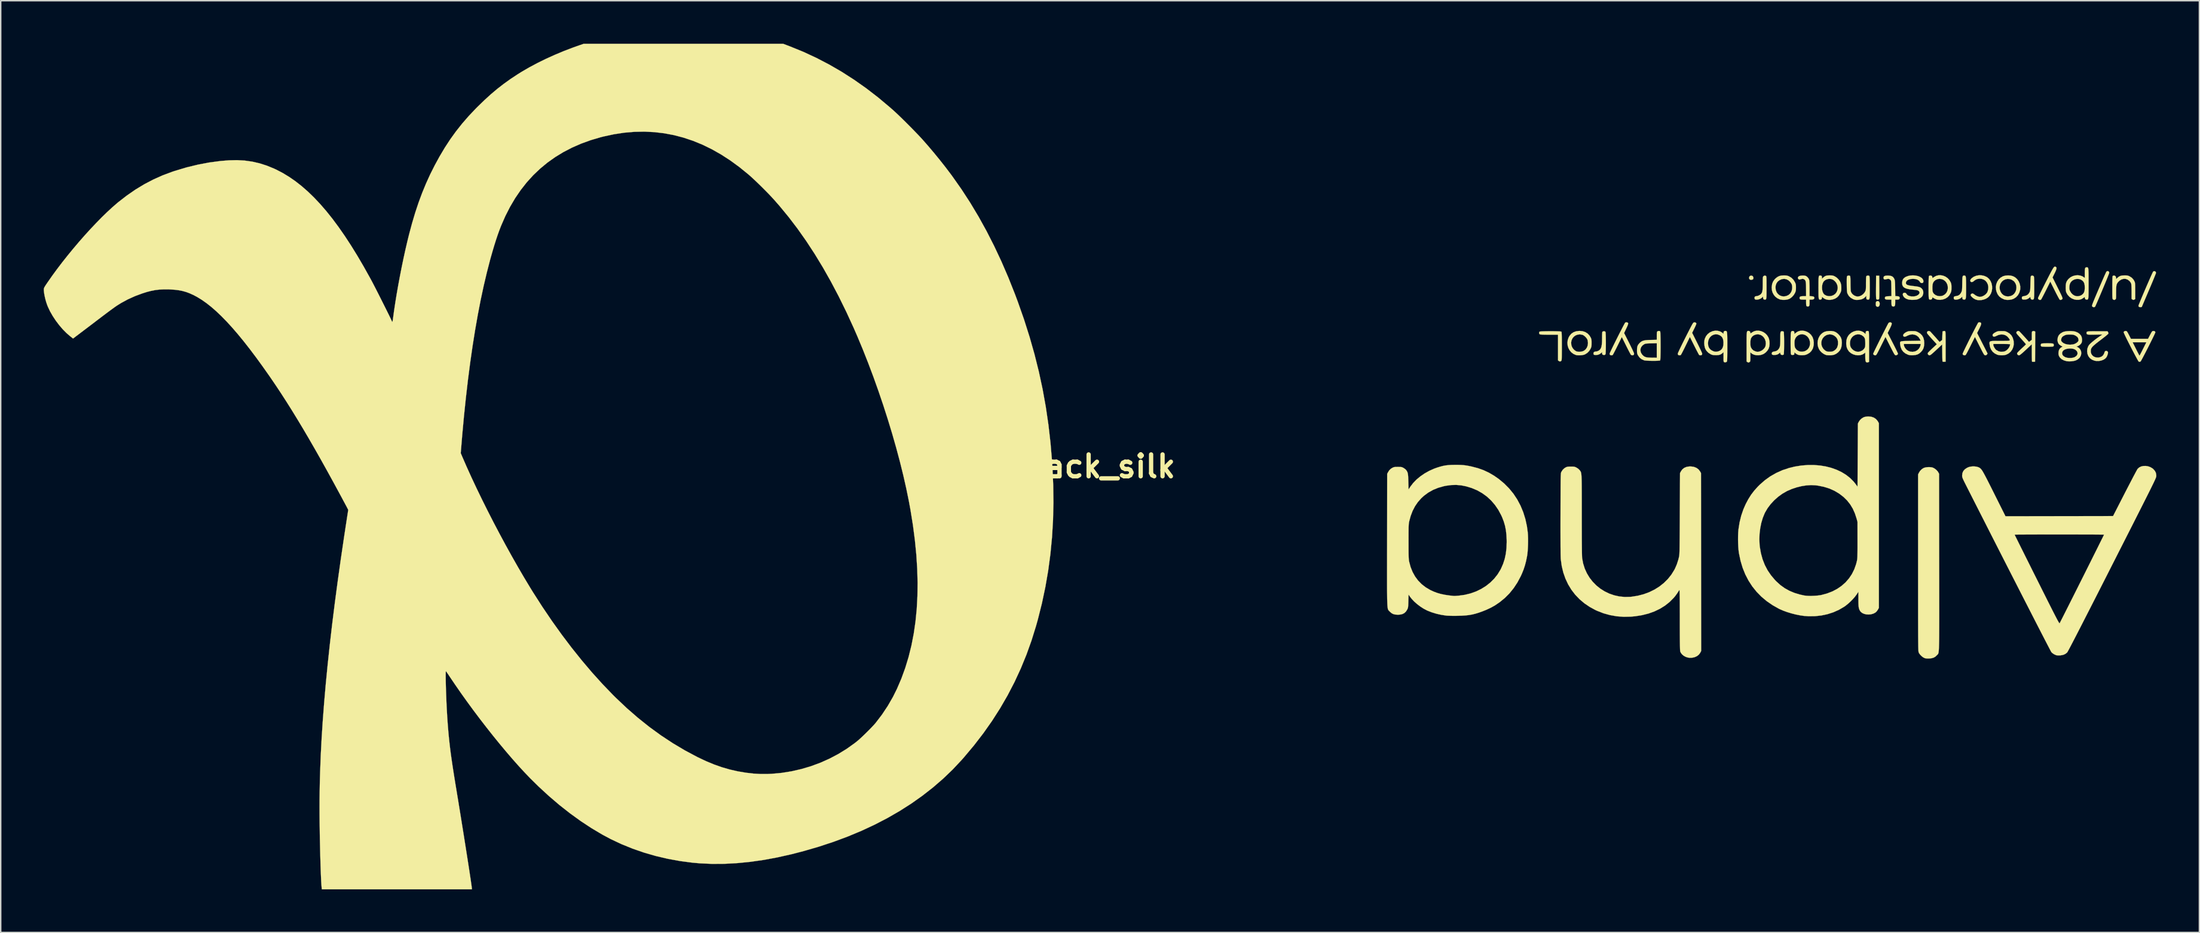
<source format=kicad_pcb>
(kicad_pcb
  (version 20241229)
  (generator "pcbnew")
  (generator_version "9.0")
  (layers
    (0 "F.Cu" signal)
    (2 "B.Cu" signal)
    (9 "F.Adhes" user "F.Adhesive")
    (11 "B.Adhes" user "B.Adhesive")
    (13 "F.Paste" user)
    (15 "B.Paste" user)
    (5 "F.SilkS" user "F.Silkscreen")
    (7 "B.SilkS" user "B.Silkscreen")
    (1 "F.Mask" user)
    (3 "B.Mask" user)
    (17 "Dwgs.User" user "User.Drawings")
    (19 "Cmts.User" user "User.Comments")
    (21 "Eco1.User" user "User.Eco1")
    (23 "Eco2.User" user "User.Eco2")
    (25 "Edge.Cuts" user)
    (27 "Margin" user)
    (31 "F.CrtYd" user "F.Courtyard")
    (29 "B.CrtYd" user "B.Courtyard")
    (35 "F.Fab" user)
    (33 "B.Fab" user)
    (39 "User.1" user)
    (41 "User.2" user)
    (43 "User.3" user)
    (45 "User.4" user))
  (footprint "back_silk"
    (layer "F.Cu")
    (at 73.639 29.482)
    (property "Reference" "back_silk" (at 0 0 0) (layer "F.SilkS") (effects (font (size 1.524 1.524) (thickness 0.3))))
    (attr through_hole)
    (fp_poly (pts (xy 45.5 -13.265) (xy 45.538 -13.193) (xy 45.543 -13.165) (xy 45.539 -13.098) (xy 45.519 -13.054) (xy 45.518 -13.054) (xy 45.447 -13.02) (xy 45.362 -13.013) (xy 45.314 -13.024) (xy 45.262 -13.067) (xy 45.241 -13.131) (xy 45.248 -13.201) (xy 45.282 -13.263) (xy 45.341 -13.301) (xy 45.347 -13.303) (xy 45.433 -13.304) (xy 45.5 -13.265)) (stroke (width 0.01) (type solid)) (fill yes) (layer "F.SilkS"))
    (fp_poly (pts (xy 54.261 -11.523) (xy 54.313 -11.475) (xy 54.344 -11.394) (xy 54.35 -11.333) (xy 54.335 -11.235) (xy 54.294 -11.167) (xy 54.235 -11.133) (xy 54.165 -11.139) (xy 54.12 -11.163) (xy 54.092 -11.195) (xy 54.078 -11.248) (xy 54.074 -11.333) (xy 54.078 -11.419) (xy 54.092 -11.471) (xy 54.12 -11.503) (xy 54.194 -11.534) (xy 54.261 -11.523)) (stroke (width 0.01) (type solid)) (fill yes) (layer "F.SilkS"))
    (fp_poly (pts (xy 54.32 -12.499) (xy 54.321 -12.257) (xy 54.321 -12.06) (xy 54.319 -11.906) (xy 54.316 -11.792) (xy 54.31 -11.715) (xy 54.303 -11.673) (xy 54.299 -11.666) (xy 54.256 -11.641) (xy 54.206 -11.633) (xy 54.147 -11.644) (xy 54.113 -11.666) (xy 54.104 -11.692) (xy 54.098 -11.753) (xy 54.094 -11.85) (xy 54.091 -11.986) (xy 54.09 -12.164) (xy 54.091 -12.386) (xy 54.092 -12.499) (xy 54.098 -13.3) (xy 54.314 -13.3) (xy 54.32 -12.499)) (stroke (width 0.01) (type solid)) (fill yes) (layer "F.SilkS"))
    (fp_poly (pts (xy 66.165 -8.585) (xy 66.283 -8.581) (xy 66.374 -8.574) (xy 66.43 -8.565) (xy 66.44 -8.562) (xy 66.475 -8.519) (xy 66.486 -8.457) (xy 66.472 -8.396) (xy 66.457 -8.376) (xy 66.425 -8.363) (xy 66.355 -8.355) (xy 66.244 -8.349) (xy 66.089 -8.347) (xy 66.03 -8.347) (xy 65.861 -8.348) (xy 65.736 -8.353) (xy 65.653 -8.36) (xy 65.61 -8.371) (xy 65.603 -8.376) (xy 65.578 -8.429) (xy 65.578 -8.493) (xy 65.603 -8.547) (xy 65.621 -8.562) (xy 65.661 -8.571) (xy 65.741 -8.578) (xy 65.85 -8.584) (xy 65.979 -8.586) (xy 66.03 -8.587) (xy 66.165 -8.585)) (stroke (width 0.01) (type solid)) (fill yes) (layer "F.SilkS"))
    (fp_poly (pts (xy 73.542 -13.608) (xy 73.59 -13.565) (xy 73.608 -13.497) (xy 73.608 -13.496) (xy 73.599 -13.464) (xy 73.572 -13.393) (xy 73.53 -13.286) (xy 73.474 -13.148) (xy 73.407 -12.984) (xy 73.329 -12.796) (xy 73.242 -12.591) (xy 73.149 -12.371) (xy 73.11 -12.28) (xy 72.614 -11.117) (xy 72.53 -11.11) (xy 72.465 -11.113) (xy 72.419 -11.13) (xy 72.416 -11.133) (xy 72.39 -11.181) (xy 72.386 -11.204) (xy 72.396 -11.236) (xy 72.422 -11.306) (xy 72.464 -11.41) (xy 72.518 -11.543) (xy 72.583 -11.7) (xy 72.656 -11.875) (xy 72.736 -12.063) (xy 72.82 -12.26) (xy 72.906 -12.46) (xy 72.992 -12.659) (xy 73.076 -12.851) (xy 73.155 -13.032) (xy 73.227 -13.196) (xy 73.291 -13.338) (xy 73.344 -13.454) (xy 73.384 -13.538) (xy 73.408 -13.585) (xy 73.414 -13.593) (xy 73.478 -13.62) (xy 73.542 -13.608)) (stroke (width 0.01) (type solid)) (fill yes) (layer "F.SilkS"))
    (fp_poly (pts (xy 70.271 -13.62) (xy 70.321 -13.585) (xy 70.347 -13.519) (xy 70.348 -13.502) (xy 70.339 -13.47) (xy 70.313 -13.4) (xy 70.272 -13.295) (xy 70.219 -13.162) (xy 70.156 -13.005) (xy 70.084 -12.83) (xy 70.006 -12.641) (xy 69.924 -12.444) (xy 69.841 -12.244) (xy 69.757 -12.046) (xy 69.676 -11.854) (xy 69.6 -11.675) (xy 69.53 -11.513) (xy 69.469 -11.373) (xy 69.419 -11.261) (xy 69.383 -11.181) (xy 69.361 -11.139) (xy 69.358 -11.135) (xy 69.309 -11.107) (xy 69.244 -11.108) (xy 69.184 -11.136) (xy 69.161 -11.161) (xy 69.153 -11.175) (xy 69.15 -11.193) (xy 69.151 -11.219) (xy 69.159 -11.255) (xy 69.175 -11.306) (xy 69.2 -11.376) (xy 69.235 -11.468) (xy 69.283 -11.585) (xy 69.344 -11.732) (xy 69.42 -11.913) (xy 69.512 -12.13) (xy 69.618 -12.379) (xy 69.714 -12.602) (xy 69.805 -12.813) (xy 69.889 -13.007) (xy 69.965 -13.18) (xy 70.03 -13.328) (xy 70.084 -13.445) (xy 70.123 -13.529) (xy 70.146 -13.575) (xy 70.15 -13.581) (xy 70.21 -13.621) (xy 70.271 -13.62)) (stroke (width 0.01) (type solid)) (fill yes) (layer "F.SilkS"))
    (fp_poly (pts (xy 31.625 -9.427) (xy 31.78 -9.424) (xy 31.917 -9.42) (xy 32.031 -9.415) (xy 32.112 -9.408) (xy 32.155 -9.4) (xy 32.159 -9.397) (xy 32.167 -9.377) (xy 32.173 -9.329) (xy 32.178 -9.251) (xy 32.182 -9.14) (xy 32.185 -8.992) (xy 32.187 -8.806) (xy 32.188 -8.576) (xy 32.188 -8.382) (xy 32.188 -8.137) (xy 32.187 -7.937) (xy 32.186 -7.775) (xy 32.184 -7.648) (xy 32.182 -7.551) (xy 32.178 -7.479) (xy 32.173 -7.429) (xy 32.167 -7.395) (xy 32.158 -7.373) (xy 32.148 -7.359) (xy 32.144 -7.355) (xy 32.084 -7.32) (xy 32.021 -7.327) (xy 31.977 -7.353) (xy 31.924 -7.39) (xy 31.924 -9.186) (xy 31.311 -9.186) (xy 31.112 -9.187) (xy 30.943 -9.19) (xy 30.808 -9.195) (xy 30.712 -9.201) (xy 30.659 -9.208) (xy 30.651 -9.211) (xy 30.616 -9.253) (xy 30.605 -9.316) (xy 30.619 -9.377) (xy 30.634 -9.397) (xy 30.666 -9.406) (xy 30.738 -9.413) (xy 30.845 -9.419) (xy 30.977 -9.423) (xy 31.129 -9.426) (xy 31.292 -9.428) (xy 31.46 -9.428) (xy 31.625 -9.427)) (stroke (width 0.01) (type solid)) (fill yes) (layer "F.SilkS"))
    (fp_poly (pts (xy 35.192 -9.417) (xy 35.226 -9.384) (xy 35.234 -9.365) (xy 35.241 -9.324) (xy 35.246 -9.242) (xy 35.251 -9.124) (xy 35.254 -8.977) (xy 35.257 -8.805) (xy 35.258 -8.616) (xy 35.258 -8.599) (xy 35.257 -8.408) (xy 35.255 -8.235) (xy 35.251 -8.085) (xy 35.247 -7.964) (xy 35.241 -7.879) (xy 35.235 -7.834) (xy 35.234 -7.833) (xy 35.206 -7.788) (xy 35.157 -7.772) (xy 35.131 -7.771) (xy 35.051 -7.784) (xy 35.007 -7.827) (xy 34.994 -7.9) (xy 34.994 -7.972) (xy 34.928 -7.91) (xy 34.815 -7.827) (xy 34.692 -7.782) (xy 34.566 -7.771) (xy 34.479 -7.775) (xy 34.43 -7.787) (xy 34.409 -7.809) (xy 34.392 -7.897) (xy 34.417 -7.962) (xy 34.481 -8.001) (xy 34.562 -8.011) (xy 34.631 -8.022) (xy 34.711 -8.05) (xy 34.729 -8.058) (xy 34.808 -8.108) (xy 34.87 -8.173) (xy 34.918 -8.257) (xy 34.953 -8.367) (xy 34.976 -8.507) (xy 34.989 -8.683) (xy 34.994 -8.9) (xy 34.994 -8.947) (xy 34.995 -9.121) (xy 34.999 -9.25) (xy 35.006 -9.337) (xy 35.016 -9.386) (xy 35.023 -9.397) (xy 35.065 -9.417) (xy 35.129 -9.426) (xy 35.131 -9.426) (xy 35.192 -9.417)) (stroke (width 0.01) (type solid)) (fill yes) (layer "F.SilkS"))
    (fp_poly (pts (xy 47.612 -9.417) (xy 47.653 -9.397) (xy 47.662 -9.365) (xy 47.669 -9.293) (xy 47.674 -9.186) (xy 47.679 -9.053) (xy 47.682 -8.9) (xy 47.684 -8.734) (xy 47.684 -8.563) (xy 47.683 -8.393) (xy 47.681 -8.231) (xy 47.677 -8.086) (xy 47.672 -7.963) (xy 47.666 -7.869) (xy 47.658 -7.813) (xy 47.653 -7.8) (xy 47.61 -7.78) (xy 47.547 -7.771) (xy 47.546 -7.771) (xy 47.472 -7.79) (xy 47.429 -7.845) (xy 47.418 -7.912) (xy 47.415 -7.942) (xy 47.4 -7.94) (xy 47.363 -7.906) (xy 47.358 -7.901) (xy 47.292 -7.849) (xy 47.216 -7.806) (xy 47.215 -7.806) (xy 47.14 -7.785) (xy 47.05 -7.774) (xy 46.96 -7.773) (xy 46.886 -7.782) (xy 46.847 -7.8) (xy 46.821 -7.856) (xy 46.829 -7.922) (xy 46.86 -7.968) (xy 46.909 -7.993) (xy 46.983 -8.012) (xy 47.019 -8.017) (xy 47.143 -8.048) (xy 47.244 -8.116) (xy 47.316 -8.202) (xy 47.35 -8.258) (xy 47.375 -8.317) (xy 47.393 -8.387) (xy 47.406 -8.477) (xy 47.413 -8.593) (xy 47.417 -8.742) (xy 47.418 -8.912) (xy 47.419 -9.081) (xy 47.421 -9.209) (xy 47.427 -9.3) (xy 47.438 -9.362) (xy 47.456 -9.399) (xy 47.481 -9.418) (xy 47.517 -9.425) (xy 47.55 -9.426) (xy 47.612 -9.417)) (stroke (width 0.01) (type solid)) (fill yes) (layer "F.SilkS"))
    (fp_poly (pts (xy 60.275 -13.309) (xy 60.303 -13.299) (xy 60.325 -13.277) (xy 60.341 -13.238) (xy 60.353 -13.177) (xy 60.361 -13.089) (xy 60.366 -12.971) (xy 60.369 -12.817) (xy 60.37 -12.623) (xy 60.37 -12.472) (xy 60.37 -12.249) (xy 60.368 -12.07) (xy 60.365 -11.929) (xy 60.359 -11.822) (xy 60.349 -11.745) (xy 60.336 -11.692) (xy 60.317 -11.659) (xy 60.292 -11.641) (xy 60.261 -11.634) (xy 60.229 -11.633) (xy 60.156 -11.648) (xy 60.116 -11.696) (xy 60.106 -11.767) (xy 60.106 -11.844) (xy 60.027 -11.765) (xy 59.952 -11.709) (xy 59.856 -11.666) (xy 59.753 -11.638) (xy 59.655 -11.628) (xy 59.575 -11.639) (xy 59.535 -11.661) (xy 59.512 -11.711) (xy 59.509 -11.775) (xy 59.525 -11.829) (xy 59.536 -11.842) (xy 59.577 -11.859) (xy 59.645 -11.875) (xy 59.684 -11.881) (xy 59.816 -11.914) (xy 59.918 -11.978) (xy 59.999 -12.08) (xy 60.027 -12.132) (xy 60.05 -12.179) (xy 60.067 -12.222) (xy 60.079 -12.268) (xy 60.087 -12.325) (xy 60.093 -12.402) (xy 60.097 -12.505) (xy 60.1 -12.643) (xy 60.102 -12.76) (xy 60.105 -12.936) (xy 60.109 -13.071) (xy 60.116 -13.168) (xy 60.128 -13.235) (xy 60.144 -13.277) (xy 60.168 -13.3) (xy 60.2 -13.31) (xy 60.241 -13.312) (xy 60.275 -13.309)) (stroke (width 0.01) (type solid)) (fill yes) (layer "F.SilkS"))
    (fp_poly (pts (xy 46.376 -13.303) (xy 46.412 -13.287) (xy 46.425 -13.278) (xy 46.435 -13.264) (xy 46.443 -13.239) (xy 46.449 -13.198) (xy 46.453 -13.136) (xy 46.456 -13.049) (xy 46.458 -12.931) (xy 46.458 -12.778) (xy 46.459 -12.584) (xy 46.459 -12.476) (xy 46.459 -12.253) (xy 46.458 -12.073) (xy 46.456 -11.932) (xy 46.451 -11.825) (xy 46.445 -11.747) (xy 46.434 -11.693) (xy 46.42 -11.66) (xy 46.401 -11.642) (xy 46.377 -11.634) (xy 46.347 -11.633) (xy 46.339 -11.633) (xy 46.268 -11.648) (xy 46.229 -11.698) (xy 46.219 -11.77) (xy 46.219 -11.85) (xy 46.139 -11.77) (xy 46.062 -11.713) (xy 45.966 -11.668) (xy 45.863 -11.639) (xy 45.765 -11.629) (xy 45.686 -11.639) (xy 45.648 -11.661) (xy 45.626 -11.706) (xy 45.619 -11.753) (xy 45.636 -11.825) (xy 45.686 -11.864) (xy 45.75 -11.873) (xy 45.844 -11.89) (xy 45.947 -11.933) (xy 46.038 -11.992) (xy 46.068 -12.02) (xy 46.109 -12.071) (xy 46.141 -12.13) (xy 46.163 -12.202) (xy 46.179 -12.296) (xy 46.189 -12.417) (xy 46.194 -12.573) (xy 46.195 -12.751) (xy 46.195 -12.912) (xy 46.197 -13.033) (xy 46.2 -13.119) (xy 46.205 -13.178) (xy 46.213 -13.217) (xy 46.226 -13.243) (xy 46.242 -13.263) (xy 46.243 -13.264) (xy 46.307 -13.306) (xy 46.376 -13.303)) (stroke (width 0.01) (type solid)) (fill yes) (layer "F.SilkS"))
    (fp_poly (pts (xy 61.341 -10.045) (xy 61.393 -10.024) (xy 61.397 -10.021) (xy 61.418 -9.988) (xy 61.422 -9.942) (xy 61.407 -9.877) (xy 61.373 -9.786) (xy 61.316 -9.664) (xy 61.281 -9.592) (xy 61.136 -9.304) (xy 61.501 -8.588) (xy 61.866 -7.872) (xy 61.824 -7.808) (xy 61.781 -7.762) (xy 61.725 -7.75) (xy 61.706 -7.752) (xy 61.683 -7.755) (xy 61.662 -7.764) (xy 61.64 -7.783) (xy 61.614 -7.816) (xy 61.582 -7.868) (xy 61.539 -7.944) (xy 61.484 -8.048) (xy 61.414 -8.185) (xy 61.326 -8.36) (xy 61.308 -8.394) (xy 60.987 -9.029) (xy 60.667 -8.388) (xy 60.575 -8.205) (xy 60.502 -8.061) (xy 60.444 -7.95) (xy 60.4 -7.869) (xy 60.366 -7.813) (xy 60.339 -7.778) (xy 60.318 -7.758) (xy 60.299 -7.749) (xy 60.28 -7.748) (xy 60.214 -7.757) (xy 60.172 -7.773) (xy 60.139 -7.814) (xy 60.13 -7.856) (xy 60.141 -7.887) (xy 60.171 -7.956) (xy 60.217 -8.057) (xy 60.279 -8.185) (xy 60.351 -8.335) (xy 60.434 -8.503) (xy 60.522 -8.683) (xy 60.615 -8.87) (xy 60.71 -9.059) (xy 60.804 -9.244) (xy 60.894 -9.422) (xy 60.978 -9.586) (xy 61.054 -9.732) (xy 61.119 -9.855) (xy 61.17 -9.949) (xy 61.204 -10.01) (xy 61.22 -10.031) (xy 61.274 -10.048) (xy 61.341 -10.045)) (stroke (width 0.01) (type solid)) (fill yes) (layer "F.SilkS"))
    (fp_poly (pts (xy 61.445 -13.329) (xy 61.632 -13.289) (xy 61.807 -13.211) (xy 61.842 -13.189) (xy 61.973 -13.075) (xy 62.074 -12.931) (xy 62.143 -12.766) (xy 62.18 -12.588) (xy 62.186 -12.405) (xy 62.159 -12.223) (xy 62.099 -12.053) (xy 62.005 -11.9) (xy 61.914 -11.803) (xy 61.773 -11.707) (xy 61.604 -11.638) (xy 61.422 -11.6) (xy 61.24 -11.595) (xy 61.145 -11.608) (xy 61.002 -11.654) (xy 60.874 -11.73) (xy 60.784 -11.808) (xy 60.716 -11.882) (xy 60.687 -11.94) (xy 60.694 -11.988) (xy 60.726 -12.025) (xy 60.785 -12.059) (xy 60.85 -12.054) (xy 60.927 -12.007) (xy 60.959 -11.98) (xy 61.047 -11.919) (xy 61.156 -11.867) (xy 61.265 -11.833) (xy 61.335 -11.825) (xy 61.463 -11.845) (xy 61.593 -11.902) (xy 61.713 -11.985) (xy 61.81 -12.086) (xy 61.864 -12.179) (xy 61.912 -12.352) (xy 61.92 -12.523) (xy 61.889 -12.684) (xy 61.823 -12.828) (xy 61.722 -12.948) (xy 61.62 -13.021) (xy 61.477 -13.075) (xy 61.32 -13.093) (xy 61.167 -13.073) (xy 61.097 -13.049) (xy 61.013 -13.005) (xy 60.937 -12.952) (xy 60.908 -12.926) (xy 60.837 -12.874) (xy 60.763 -12.856) (xy 60.7 -12.874) (xy 60.687 -12.885) (xy 60.658 -12.944) (xy 60.672 -13.015) (xy 60.727 -13.094) (xy 60.748 -13.115) (xy 60.896 -13.223) (xy 61.068 -13.295) (xy 61.253 -13.331) (xy 61.445 -13.329)) (stroke (width 0.01) (type solid)) (fill yes) (layer "F.SilkS"))
    (fp_poly (pts (xy 63.475 -13.309) (xy 63.636 -13.267) (xy 63.639 -13.266) (xy 63.797 -13.179) (xy 63.931 -13.057) (xy 64.036 -12.906) (xy 64.11 -12.735) (xy 64.147 -12.55) (xy 64.144 -12.359) (xy 64.137 -12.312) (xy 64.078 -12.112) (xy 63.982 -11.94) (xy 63.849 -11.799) (xy 63.682 -11.691) (xy 63.542 -11.642) (xy 63.379 -11.616) (xy 63.211 -11.614) (xy 63.057 -11.639) (xy 63.016 -11.652) (xy 62.831 -11.739) (xy 62.683 -11.855) (xy 62.571 -12.002) (xy 62.492 -12.182) (xy 62.457 -12.327) (xy 62.446 -12.495) (xy 62.704 -12.495) (xy 62.718 -12.344) (xy 62.773 -12.186) (xy 62.783 -12.166) (xy 62.873 -12.032) (xy 62.991 -11.934) (xy 63.132 -11.874) (xy 63.29 -11.855) (xy 63.459 -11.878) (xy 63.48 -11.884) (xy 63.616 -11.948) (xy 63.725 -12.044) (xy 63.807 -12.166) (xy 63.859 -12.304) (xy 63.88 -12.452) (xy 63.869 -12.602) (xy 63.824 -12.744) (xy 63.743 -12.872) (xy 63.685 -12.931) (xy 63.549 -13.021) (xy 63.403 -13.07) (xy 63.253 -13.078) (xy 63.108 -13.048) (xy 62.974 -12.983) (xy 62.859 -12.884) (xy 62.771 -12.754) (xy 62.731 -12.649) (xy 62.704 -12.495) (xy 62.446 -12.495) (xy 62.444 -12.52) (xy 62.473 -12.707) (xy 62.54 -12.881) (xy 62.641 -13.035) (xy 62.772 -13.163) (xy 62.93 -13.256) (xy 62.954 -13.266) (xy 63.115 -13.308) (xy 63.295 -13.323) (xy 63.475 -13.309)) (stroke (width 0.01) (type solid)) (fill yes) (layer "F.SilkS"))
    (fp_poly (pts (xy 66.586 -13.932) (xy 66.613 -13.92) (xy 66.628 -13.912) (xy 66.661 -13.883) (xy 66.675 -13.838) (xy 66.666 -13.772) (xy 66.635 -13.679) (xy 66.581 -13.555) (xy 66.537 -13.465) (xy 66.397 -13.18) (xy 66.755 -12.462) (xy 66.854 -12.264) (xy 66.932 -12.105) (xy 66.993 -11.979) (xy 67.037 -11.882) (xy 67.067 -11.811) (xy 67.085 -11.759) (xy 67.093 -11.724) (xy 67.092 -11.699) (xy 67.089 -11.689) (xy 67.043 -11.64) (xy 66.974 -11.613) (xy 66.906 -11.617) (xy 66.887 -11.641) (xy 66.85 -11.703) (xy 66.797 -11.797) (xy 66.732 -11.918) (xy 66.658 -12.059) (xy 66.578 -12.217) (xy 66.556 -12.261) (xy 66.24 -12.892) (xy 65.929 -12.268) (xy 65.848 -12.108) (xy 65.773 -11.962) (xy 65.708 -11.836) (xy 65.653 -11.735) (xy 65.614 -11.664) (xy 65.592 -11.629) (xy 65.59 -11.627) (xy 65.524 -11.609) (xy 65.454 -11.628) (xy 65.423 -11.653) (xy 65.391 -11.703) (xy 65.383 -11.738) (xy 65.393 -11.767) (xy 65.424 -11.834) (xy 65.472 -11.936) (xy 65.536 -12.068) (xy 65.613 -12.225) (xy 65.702 -12.403) (xy 65.8 -12.599) (xy 65.905 -12.808) (xy 65.924 -12.845) (xy 66.051 -13.094) (xy 66.158 -13.304) (xy 66.248 -13.477) (xy 66.322 -13.616) (xy 66.383 -13.726) (xy 66.432 -13.809) (xy 66.473 -13.868) (xy 66.506 -13.907) (xy 66.535 -13.928) (xy 66.561 -13.935) (xy 66.586 -13.932)) (stroke (width 0.01) (type solid)) (fill yes) (layer "F.SilkS"))
    (fp_poly (pts (xy 65.049 -13.292) (xy 65.079 -13.268) (xy 65.09 -13.251) (xy 65.099 -13.225) (xy 65.106 -13.184) (xy 65.111 -13.124) (xy 65.115 -13.038) (xy 65.117 -12.923) (xy 65.118 -12.773) (xy 65.119 -12.582) (xy 65.119 -12.466) (xy 65.119 -12.244) (xy 65.118 -12.066) (xy 65.115 -11.926) (xy 65.11 -11.82) (xy 65.102 -11.743) (xy 65.09 -11.691) (xy 65.072 -11.659) (xy 65.049 -11.641) (xy 65.02 -11.634) (xy 64.983 -11.633) (xy 64.974 -11.633) (xy 64.906 -11.653) (xy 64.866 -11.71) (xy 64.855 -11.779) (xy 64.853 -11.813) (xy 64.841 -11.817) (xy 64.809 -11.789) (xy 64.789 -11.77) (xy 64.72 -11.717) (xy 64.641 -11.673) (xy 64.634 -11.67) (xy 64.554 -11.647) (xy 64.462 -11.635) (xy 64.375 -11.635) (xy 64.308 -11.648) (xy 64.284 -11.661) (xy 64.261 -11.711) (xy 64.258 -11.775) (xy 64.274 -11.829) (xy 64.286 -11.842) (xy 64.326 -11.859) (xy 64.394 -11.875) (xy 64.435 -11.881) (xy 64.578 -11.922) (xy 64.694 -12.001) (xy 64.78 -12.117) (xy 64.786 -12.129) (xy 64.805 -12.17) (xy 64.82 -12.212) (xy 64.831 -12.262) (xy 64.839 -12.327) (xy 64.845 -12.415) (xy 64.849 -12.533) (xy 64.854 -12.689) (xy 64.855 -12.755) (xy 64.86 -12.93) (xy 64.865 -13.062) (xy 64.871 -13.158) (xy 64.878 -13.223) (xy 64.887 -13.263) (xy 64.898 -13.284) (xy 64.903 -13.288) (xy 64.977 -13.31) (xy 65.049 -13.292)) (stroke (width 0.01) (type solid)) (fill yes) (layer "F.SilkS"))
    (fp_poly (pts (xy 36.733 -10.045) (xy 36.785 -10.024) (xy 36.788 -10.021) (xy 36.806 -9.996) (xy 36.813 -9.964) (xy 36.805 -9.917) (xy 36.782 -9.85) (xy 36.742 -9.754) (xy 36.681 -9.624) (xy 36.673 -9.606) (xy 36.529 -9.301) (xy 36.877 -8.614) (xy 36.962 -8.444) (xy 37.039 -8.286) (xy 37.107 -8.145) (xy 37.161 -8.026) (xy 37.201 -7.936) (xy 37.222 -7.88) (xy 37.225 -7.866) (xy 37.214 -7.808) (xy 37.196 -7.776) (xy 37.141 -7.75) (xy 37.072 -7.753) (xy 37.012 -7.78) (xy 37.003 -7.789) (xy 36.983 -7.821) (xy 36.944 -7.89) (xy 36.891 -7.99) (xy 36.826 -8.115) (xy 36.753 -8.259) (xy 36.674 -8.416) (xy 36.668 -8.428) (xy 36.37 -9.025) (xy 36.064 -8.405) (xy 35.985 -8.245) (xy 35.911 -8.099) (xy 35.846 -7.973) (xy 35.793 -7.872) (xy 35.754 -7.802) (xy 35.732 -7.768) (xy 35.73 -7.766) (xy 35.673 -7.749) (xy 35.605 -7.752) (xy 35.553 -7.773) (xy 35.55 -7.776) (xy 35.528 -7.821) (xy 35.522 -7.864) (xy 35.532 -7.895) (xy 35.562 -7.964) (xy 35.609 -8.066) (xy 35.67 -8.194) (xy 35.743 -8.345) (xy 35.825 -8.512) (xy 35.914 -8.692) (xy 36.007 -8.878) (xy 36.102 -9.067) (xy 36.195 -9.252) (xy 36.286 -9.429) (xy 36.37 -9.592) (xy 36.445 -9.737) (xy 36.51 -9.859) (xy 36.56 -9.952) (xy 36.595 -10.011) (xy 36.609 -10.031) (xy 36.666 -10.048) (xy 36.733 -10.045)) (stroke (width 0.01) (type solid)) (fill yes) (layer "F.SilkS"))
    (fp_poly (pts (xy 55.152 -10.028) (xy 55.16 -10.021) (xy 55.182 -9.988) (xy 55.186 -9.942) (xy 55.171 -9.876) (xy 55.136 -9.786) (xy 55.08 -9.663) (xy 55.045 -9.593) (xy 54.901 -9.306) (xy 55.261 -8.602) (xy 55.348 -8.432) (xy 55.427 -8.274) (xy 55.496 -8.135) (xy 55.552 -8.019) (xy 55.593 -7.931) (xy 55.617 -7.877) (xy 55.621 -7.863) (xy 55.6 -7.81) (xy 55.547 -7.768) (xy 55.48 -7.751) (xy 55.461 -7.751) (xy 55.44 -7.756) (xy 55.42 -7.769) (xy 55.396 -7.793) (xy 55.367 -7.835) (xy 55.33 -7.898) (xy 55.281 -7.986) (xy 55.219 -8.106) (xy 55.14 -8.26) (xy 55.072 -8.394) (xy 54.751 -9.029) (xy 54.43 -8.388) (xy 54.339 -8.206) (xy 54.266 -8.061) (xy 54.209 -7.951) (xy 54.165 -7.87) (xy 54.131 -7.814) (xy 54.104 -7.778) (xy 54.083 -7.758) (xy 54.063 -7.749) (xy 54.043 -7.747) (xy 54.04 -7.747) (xy 53.975 -7.76) (xy 53.932 -7.785) (xy 53.901 -7.83) (xy 53.894 -7.857) (xy 53.905 -7.885) (xy 53.934 -7.951) (xy 53.981 -8.05) (xy 54.041 -8.176) (xy 54.114 -8.324) (xy 54.195 -8.49) (xy 54.283 -8.668) (xy 54.375 -8.854) (xy 54.469 -9.041) (xy 54.562 -9.226) (xy 54.651 -9.402) (xy 54.734 -9.566) (xy 54.808 -9.711) (xy 54.871 -9.833) (xy 54.921 -9.927) (xy 54.954 -9.987) (xy 54.968 -10.008) (xy 55.023 -10.041) (xy 55.092 -10.048) (xy 55.152 -10.028)) (stroke (width 0.01) (type solid)) (fill yes) (layer "F.SilkS"))
    (fp_poly (pts (xy 41.499 -10.038) (xy 41.551 -10.002) (xy 41.566 -9.951) (xy 41.555 -9.914) (xy 41.527 -9.843) (xy 41.485 -9.749) (xy 41.433 -9.64) (xy 41.419 -9.612) (xy 41.272 -9.317) (xy 41.623 -8.616) (xy 41.708 -8.445) (xy 41.785 -8.285) (xy 41.853 -8.143) (xy 41.908 -8.024) (xy 41.948 -7.933) (xy 41.97 -7.876) (xy 41.974 -7.86) (xy 41.962 -7.804) (xy 41.945 -7.776) (xy 41.896 -7.753) (xy 41.829 -7.749) (xy 41.771 -7.763) (xy 41.767 -7.765) (xy 41.749 -7.791) (xy 41.714 -7.853) (xy 41.663 -7.948) (xy 41.599 -8.069) (xy 41.526 -8.211) (xy 41.447 -8.368) (xy 41.427 -8.407) (xy 41.115 -9.03) (xy 40.812 -8.408) (xy 40.733 -8.247) (xy 40.66 -8.101) (xy 40.596 -7.975) (xy 40.542 -7.873) (xy 40.503 -7.803) (xy 40.482 -7.768) (xy 40.48 -7.766) (xy 40.422 -7.749) (xy 40.354 -7.752) (xy 40.302 -7.773) (xy 40.299 -7.776) (xy 40.278 -7.821) (xy 40.272 -7.866) (xy 40.283 -7.899) (xy 40.313 -7.97) (xy 40.361 -8.076) (xy 40.425 -8.211) (xy 40.502 -8.371) (xy 40.59 -8.551) (xy 40.688 -8.749) (xy 40.793 -8.958) (xy 40.805 -8.982) (xy 40.926 -9.222) (xy 41.028 -9.422) (xy 41.112 -9.587) (xy 41.18 -9.719) (xy 41.235 -9.823) (xy 41.278 -9.901) (xy 41.313 -9.959) (xy 41.34 -9.998) (xy 41.361 -10.022) (xy 41.38 -10.036) (xy 41.397 -10.042) (xy 41.415 -10.045) (xy 41.417 -10.045) (xy 41.499 -10.038)) (stroke (width 0.01) (type solid)) (fill yes) (layer "F.SilkS"))
    (fp_poly (pts (xy 51.005 -9.443) (xy 51.155 -9.417) (xy 51.284 -9.362) (xy 51.406 -9.275) (xy 51.473 -9.212) (xy 51.58 -9.09) (xy 51.652 -8.966) (xy 51.693 -8.829) (xy 51.708 -8.667) (xy 51.706 -8.563) (xy 51.686 -8.374) (xy 51.641 -8.217) (xy 51.565 -8.084) (xy 51.456 -7.963) (xy 51.445 -7.953) (xy 51.305 -7.85) (xy 51.154 -7.784) (xy 50.98 -7.753) (xy 50.865 -7.749) (xy 50.765 -7.752) (xy 50.676 -7.759) (xy 50.616 -7.768) (xy 50.608 -7.77) (xy 50.453 -7.839) (xy 50.307 -7.945) (xy 50.183 -8.075) (xy 50.108 -8.194) (xy 50.042 -8.375) (xy 50.017 -8.566) (xy 50.022 -8.647) (xy 50.277 -8.647) (xy 50.284 -8.493) (xy 50.331 -8.342) (xy 50.417 -8.204) (xy 50.46 -8.157) (xy 50.558 -8.072) (xy 50.655 -8.021) (xy 50.767 -7.998) (xy 50.902 -7.997) (xy 51.011 -8.007) (xy 51.094 -8.031) (xy 51.176 -8.074) (xy 51.178 -8.074) (xy 51.299 -8.173) (xy 51.382 -8.296) (xy 51.43 -8.449) (xy 51.442 -8.551) (xy 51.44 -8.714) (xy 51.409 -8.848) (xy 51.344 -8.964) (xy 51.287 -9.031) (xy 51.155 -9.134) (xy 51.008 -9.194) (xy 50.852 -9.211) (xy 50.694 -9.182) (xy 50.613 -9.148) (xy 50.476 -9.056) (xy 50.374 -8.936) (xy 50.307 -8.797) (xy 50.277 -8.647) (xy 50.022 -8.647) (xy 50.03 -8.759) (xy 50.081 -8.942) (xy 50.168 -9.108) (xy 50.249 -9.208) (xy 50.37 -9.313) (xy 50.5 -9.385) (xy 50.652 -9.427) (xy 50.824 -9.445) (xy 51.005 -9.443)) (stroke (width 0.01) (type solid)) (fill yes) (layer "F.SilkS"))
    (fp_poly (pts (xy 33.641 -9.429) (xy 33.826 -9.367) (xy 33.985 -9.267) (xy 34.115 -9.13) (xy 34.195 -8.999) (xy 34.226 -8.932) (xy 34.246 -8.871) (xy 34.257 -8.804) (xy 34.262 -8.716) (xy 34.262 -8.611) (xy 34.261 -8.492) (xy 34.256 -8.405) (xy 34.243 -8.337) (xy 34.221 -8.272) (xy 34.193 -8.208) (xy 34.096 -8.051) (xy 33.967 -7.919) (xy 33.814 -7.821) (xy 33.757 -7.796) (xy 33.656 -7.77) (xy 33.529 -7.754) (xy 33.394 -7.747) (xy 33.269 -7.752) (xy 33.172 -7.769) (xy 33.171 -7.77) (xy 32.997 -7.846) (xy 32.851 -7.957) (xy 32.734 -8.096) (xy 32.647 -8.256) (xy 32.595 -8.432) (xy 32.578 -8.616) (xy 32.582 -8.651) (xy 32.838 -8.651) (xy 32.848 -8.488) (xy 32.882 -8.366) (xy 32.948 -8.243) (xy 33.042 -8.133) (xy 33.151 -8.05) (xy 33.224 -8.016) (xy 33.337 -7.995) (xy 33.469 -7.996) (xy 33.601 -8.017) (xy 33.711 -8.057) (xy 33.727 -8.065) (xy 33.849 -8.163) (xy 33.939 -8.292) (xy 33.994 -8.444) (xy 34.012 -8.611) (xy 33.991 -8.786) (xy 33.984 -8.814) (xy 33.942 -8.903) (xy 33.869 -8.997) (xy 33.779 -9.085) (xy 33.685 -9.152) (xy 33.615 -9.183) (xy 33.446 -9.208) (xy 33.289 -9.191) (xy 33.148 -9.137) (xy 33.027 -9.05) (xy 32.933 -8.937) (xy 32.868 -8.802) (xy 32.838 -8.651) (xy 32.582 -8.651) (xy 32.599 -8.802) (xy 32.659 -8.985) (xy 32.727 -9.106) (xy 32.849 -9.25) (xy 32.999 -9.355) (xy 33.178 -9.421) (xy 33.385 -9.449) (xy 33.435 -9.45) (xy 33.641 -9.429)) (stroke (width 0.01) (type solid)) (fill yes) (layer "F.SilkS"))
    (fp_poly (pts (xy 49.129 -13.302) (xy 49.212 -13.278) (xy 49.215 -13.276) (xy 49.309 -13.206) (xy 49.387 -13.106) (xy 49.432 -13.005) (xy 49.439 -12.955) (xy 49.446 -12.865) (xy 49.451 -12.744) (xy 49.455 -12.602) (xy 49.457 -12.445) (xy 49.457 -12.397) (xy 49.457 -11.878) (xy 49.603 -11.868) (xy 49.701 -11.855) (xy 49.76 -11.829) (xy 49.788 -11.787) (xy 49.792 -11.748) (xy 49.772 -11.687) (xy 49.71 -11.648) (xy 49.606 -11.633) (xy 49.587 -11.633) (xy 49.457 -11.633) (xy 49.457 -11.422) (xy 49.454 -11.303) (xy 49.443 -11.225) (xy 49.421 -11.179) (xy 49.384 -11.158) (xy 49.337 -11.153) (xy 49.278 -11.163) (xy 49.246 -11.182) (xy 49.23 -11.223) (xy 49.22 -11.305) (xy 49.217 -11.422) (xy 49.217 -11.633) (xy 49.018 -11.633) (xy 48.903 -11.636) (xy 48.827 -11.648) (xy 48.784 -11.672) (xy 48.765 -11.713) (xy 48.761 -11.757) (xy 48.771 -11.808) (xy 48.806 -11.843) (xy 48.871 -11.863) (xy 48.974 -11.872) (xy 49.036 -11.873) (xy 49.217 -11.873) (xy 49.215 -12.346) (xy 49.213 -12.542) (xy 49.209 -12.695) (xy 49.2 -12.812) (xy 49.186 -12.899) (xy 49.166 -12.961) (xy 49.138 -13.005) (xy 49.102 -13.036) (xy 49.071 -13.054) (xy 49.017 -13.077) (xy 48.972 -13.083) (xy 48.914 -13.074) (xy 48.859 -13.058) (xy 48.785 -13.038) (xy 48.74 -13.033) (xy 48.709 -13.044) (xy 48.687 -13.062) (xy 48.645 -13.124) (xy 48.649 -13.189) (xy 48.698 -13.249) (xy 48.719 -13.264) (xy 48.797 -13.293) (xy 48.904 -13.309) (xy 49.02 -13.313) (xy 49.129 -13.302)) (stroke (width 0.01) (type solid)) (fill yes) (layer "F.SilkS"))
    (fp_poly (pts (xy 54.959 -13.308) (xy 55.102 -13.293) (xy 55.208 -13.257) (xy 55.288 -13.197) (xy 55.351 -13.105) (xy 55.366 -13.074) (xy 55.383 -13.034) (xy 55.395 -12.992) (xy 55.405 -12.94) (xy 55.412 -12.871) (xy 55.417 -12.777) (xy 55.421 -12.653) (xy 55.424 -12.491) (xy 55.425 -12.418) (xy 55.433 -11.873) (xy 55.541 -11.873) (xy 55.646 -11.863) (xy 55.71 -11.834) (xy 55.739 -11.783) (xy 55.741 -11.757) (xy 55.73 -11.692) (xy 55.693 -11.653) (xy 55.622 -11.635) (xy 55.556 -11.633) (xy 55.429 -11.633) (xy 55.429 -11.439) (xy 55.426 -11.316) (xy 55.414 -11.233) (xy 55.389 -11.183) (xy 55.349 -11.159) (xy 55.297 -11.153) (xy 55.225 -11.166) (xy 55.19 -11.199) (xy 55.178 -11.245) (xy 55.17 -11.323) (xy 55.165 -11.418) (xy 55.165 -11.439) (xy 55.165 -11.633) (xy 54.966 -11.633) (xy 54.85 -11.636) (xy 54.773 -11.648) (xy 54.73 -11.673) (xy 54.712 -11.712) (xy 54.71 -11.739) (xy 54.716 -11.794) (xy 54.74 -11.83) (xy 54.789 -11.852) (xy 54.872 -11.864) (xy 54.962 -11.869) (xy 55.168 -11.878) (xy 55.161 -12.413) (xy 55.158 -12.586) (xy 55.155 -12.719) (xy 55.152 -12.816) (xy 55.147 -12.885) (xy 55.139 -12.932) (xy 55.129 -12.964) (xy 55.115 -12.987) (xy 55.097 -13.008) (xy 55.024 -13.065) (xy 54.941 -13.084) (xy 54.839 -13.065) (xy 54.819 -13.059) (xy 54.721 -13.037) (xy 54.656 -13.049) (xy 54.621 -13.096) (xy 54.614 -13.156) (xy 54.627 -13.224) (xy 54.672 -13.272) (xy 54.751 -13.299) (xy 54.869 -13.309) (xy 54.959 -13.308)) (stroke (width 0.01) (type solid)) (fill yes) (layer "F.SilkS"))
    (fp_poly (pts (xy 47.682 -13.322) (xy 47.799 -13.318) (xy 47.888 -13.306) (xy 47.968 -13.281) (xy 48.021 -13.259) (xy 48.192 -13.157) (xy 48.328 -13.024) (xy 48.431 -12.86) (xy 48.469 -12.78) (xy 48.492 -12.714) (xy 48.504 -12.645) (xy 48.508 -12.558) (xy 48.509 -12.473) (xy 48.507 -12.357) (xy 48.499 -12.272) (xy 48.483 -12.201) (xy 48.454 -12.127) (xy 48.44 -12.095) (xy 48.35 -11.946) (xy 48.229 -11.813) (xy 48.089 -11.709) (xy 48.023 -11.675) (xy 47.899 -11.636) (xy 47.749 -11.616) (xy 47.592 -11.615) (xy 47.447 -11.633) (xy 47.377 -11.652) (xy 47.201 -11.736) (xy 47.058 -11.851) (xy 46.961 -11.974) (xy 46.881 -12.124) (xy 46.835 -12.279) (xy 46.821 -12.453) (xy 46.821 -12.472) (xy 47.083 -12.472) (xy 47.104 -12.3) (xy 47.162 -12.15) (xy 47.252 -12.026) (xy 47.368 -11.933) (xy 47.506 -11.874) (xy 47.659 -11.855) (xy 47.823 -11.879) (xy 47.835 -11.882) (xy 47.985 -11.95) (xy 48.103 -12.053) (xy 48.179 -12.168) (xy 48.224 -12.288) (xy 48.246 -12.425) (xy 48.245 -12.564) (xy 48.221 -12.687) (xy 48.2 -12.736) (xy 48.103 -12.877) (xy 47.982 -12.984) (xy 47.844 -13.053) (xy 47.695 -13.082) (xy 47.543 -13.065) (xy 47.527 -13.061) (xy 47.364 -12.992) (xy 47.236 -12.892) (xy 47.146 -12.763) (xy 47.095 -12.607) (xy 47.083 -12.472) (xy 46.821 -12.472) (xy 46.823 -12.544) (xy 46.852 -12.734) (xy 46.917 -12.897) (xy 47.022 -13.043) (xy 47.095 -13.116) (xy 47.219 -13.213) (xy 47.348 -13.277) (xy 47.493 -13.312) (xy 47.67 -13.322) (xy 47.682 -13.322)) (stroke (width 0.01) (type solid)) (fill yes) (layer "F.SilkS"))
    (fp_poly (pts (xy 58.902 -9.435) (xy 58.912 -9.425) (xy 58.92 -9.408) (xy 58.927 -9.379) (xy 58.932 -9.333) (xy 58.936 -9.266) (xy 58.939 -9.175) (xy 58.941 -9.054) (xy 58.942 -8.901) (xy 58.943 -8.709) (xy 58.943 -8.476) (xy 58.943 -8.356) (xy 58.943 -7.303) (xy 58.841 -7.296) (xy 58.762 -7.298) (xy 58.727 -7.319) (xy 58.727 -7.32) (xy 58.723 -7.352) (xy 58.72 -7.425) (xy 58.716 -7.532) (xy 58.713 -7.665) (xy 58.711 -7.819) (xy 58.709 -7.93) (xy 58.703 -8.508) (xy 58.295 -8.128) (xy 58.157 -8) (xy 58.048 -7.902) (xy 57.965 -7.831) (xy 57.903 -7.784) (xy 57.858 -7.757) (xy 57.827 -7.748) (xy 57.822 -7.747) (xy 57.758 -7.767) (xy 57.712 -7.815) (xy 57.695 -7.876) (xy 57.701 -7.907) (xy 57.724 -7.938) (xy 57.777 -7.995) (xy 57.852 -8.071) (xy 57.945 -8.161) (xy 58.024 -8.236) (xy 58.329 -8.52) (xy 58 -8.878) (xy 57.899 -8.991) (xy 57.808 -9.094) (xy 57.732 -9.183) (xy 57.678 -9.251) (xy 57.651 -9.291) (xy 57.649 -9.295) (xy 57.644 -9.359) (xy 57.674 -9.41) (xy 57.728 -9.44) (xy 57.794 -9.444) (xy 57.859 -9.416) (xy 57.869 -9.408) (xy 57.895 -9.382) (xy 57.946 -9.326) (xy 58.016 -9.249) (xy 58.099 -9.157) (xy 58.189 -9.057) (xy 58.279 -8.956) (xy 58.362 -8.861) (xy 58.434 -8.78) (xy 58.487 -8.72) (xy 58.515 -8.686) (xy 58.516 -8.684) (xy 58.537 -8.692) (xy 58.582 -8.723) (xy 58.613 -8.747) (xy 58.703 -8.82) (xy 58.715 -9.116) (xy 58.727 -9.413) (xy 58.794 -9.437) (xy 58.869 -9.447) (xy 58.902 -9.435)) (stroke (width 0.01) (type solid)) (fill yes) (layer "F.SilkS"))
    (fp_poly (pts (xy 64.062 -9.435) (xy 64.087 -9.413) (xy 64.139 -9.361) (xy 64.211 -9.285) (xy 64.297 -9.192) (xy 64.393 -9.088) (xy 64.492 -8.978) (xy 64.589 -8.87) (xy 64.678 -8.768) (xy 64.749 -8.686) (xy 64.771 -8.694) (xy 64.817 -8.725) (xy 64.854 -8.754) (xy 64.951 -8.83) (xy 64.951 -9.117) (xy 64.951 -9.238) (xy 64.954 -9.32) (xy 64.959 -9.371) (xy 64.97 -9.401) (xy 64.988 -9.419) (xy 65.011 -9.43) (xy 65.078 -9.446) (xy 65.131 -9.43) (xy 65.191 -9.403) (xy 65.185 -8.353) (xy 65.179 -7.303) (xy 65.082 -7.296) (xy 65.017 -7.296) (xy 64.974 -7.303) (xy 64.968 -7.306) (xy 64.964 -7.334) (xy 64.959 -7.403) (xy 64.956 -7.507) (xy 64.953 -7.638) (xy 64.951 -7.791) (xy 64.951 -7.922) (xy 64.951 -8.52) (xy 64.686 -8.271) (xy 64.524 -8.121) (xy 64.393 -8) (xy 64.289 -7.908) (xy 64.208 -7.839) (xy 64.147 -7.792) (xy 64.102 -7.763) (xy 64.07 -7.749) (xy 64.054 -7.747) (xy 63.989 -7.767) (xy 63.942 -7.816) (xy 63.926 -7.878) (xy 63.929 -7.896) (xy 63.951 -7.93) (xy 64.002 -7.989) (xy 64.078 -8.067) (xy 64.17 -8.156) (xy 64.243 -8.224) (xy 64.342 -8.315) (xy 64.428 -8.396) (xy 64.493 -8.46) (xy 64.533 -8.502) (xy 64.543 -8.516) (xy 64.528 -8.54) (xy 64.485 -8.592) (xy 64.42 -8.669) (xy 64.336 -8.764) (xy 64.24 -8.871) (xy 64.226 -8.887) (xy 64.127 -8.997) (xy 64.038 -9.097) (xy 63.965 -9.18) (xy 63.914 -9.241) (xy 63.889 -9.273) (xy 63.888 -9.274) (xy 63.874 -9.337) (xy 63.897 -9.394) (xy 63.947 -9.434) (xy 64.011 -9.448) (xy 64.062 -9.435)) (stroke (width 0.01) (type solid)) (fill yes) (layer "F.SilkS"))
    (fp_poly (pts (xy 71.518 -9.446) (xy 71.548 -9.437) (xy 71.577 -9.415) (xy 71.61 -9.372) (xy 71.651 -9.301) (xy 71.707 -9.196) (xy 71.722 -9.168) (xy 71.86 -8.898) (xy 73.054 -8.898) (xy 73.195 -9.168) (xy 73.255 -9.28) (xy 73.298 -9.356) (xy 73.331 -9.404) (xy 73.36 -9.43) (xy 73.389 -9.442) (xy 73.415 -9.446) (xy 73.497 -9.438) (xy 73.547 -9.4) (xy 73.562 -9.347) (xy 73.551 -9.316) (xy 73.521 -9.247) (xy 73.474 -9.146) (xy 73.412 -9.018) (xy 73.339 -8.869) (xy 73.257 -8.704) (xy 73.169 -8.528) (xy 73.078 -8.346) (xy 72.985 -8.164) (xy 72.895 -7.987) (xy 72.808 -7.82) (xy 72.729 -7.669) (xy 72.66 -7.538) (xy 72.603 -7.434) (xy 72.562 -7.361) (xy 72.538 -7.324) (xy 72.535 -7.321) (xy 72.496 -7.299) (xy 72.45 -7.298) (xy 72.406 -7.308) (xy 72.388 -7.33) (xy 72.351 -7.391) (xy 72.298 -7.485) (xy 72.232 -7.606) (xy 72.155 -7.749) (xy 72.07 -7.91) (xy 71.979 -8.083) (xy 71.886 -8.263) (xy 71.793 -8.445) (xy 71.702 -8.624) (xy 71.685 -8.659) (xy 71.979 -8.659) (xy 72.212 -8.191) (xy 72.281 -8.054) (xy 72.343 -7.933) (xy 72.395 -7.834) (xy 72.433 -7.763) (xy 72.455 -7.727) (xy 72.458 -7.723) (xy 72.472 -7.744) (xy 72.504 -7.801) (xy 72.551 -7.889) (xy 72.609 -8.001) (xy 72.675 -8.132) (xy 72.704 -8.191) (xy 72.938 -8.659) (xy 71.979 -8.659) (xy 71.685 -8.659) (xy 71.616 -8.795) (xy 71.538 -8.952) (xy 71.471 -9.09) (xy 71.417 -9.205) (xy 71.378 -9.291) (xy 71.358 -9.343) (xy 71.355 -9.354) (xy 71.376 -9.404) (xy 71.431 -9.437) (xy 71.507 -9.447) (xy 71.518 -9.446)) (stroke (width 0.01) (type solid)) (fill yes) (layer "F.SilkS"))
    (fp_poly (pts (xy 56.721 -9.437) (xy 56.805 -9.432) (xy 56.87 -9.42) (xy 56.932 -9.399) (xy 57.005 -9.365) (xy 57.018 -9.359) (xy 57.18 -9.258) (xy 57.303 -9.131) (xy 57.389 -8.978) (xy 57.438 -8.795) (xy 57.453 -8.599) (xy 57.44 -8.406) (xy 57.4 -8.244) (xy 57.328 -8.105) (xy 57.224 -7.981) (xy 57.11 -7.882) (xy 56.995 -7.815) (xy 56.863 -7.775) (xy 56.702 -7.756) (xy 56.664 -7.754) (xy 56.534 -7.753) (xy 56.434 -7.762) (xy 56.348 -7.782) (xy 56.324 -7.79) (xy 56.14 -7.878) (xy 55.993 -7.995) (xy 55.882 -8.143) (xy 55.809 -8.322) (xy 55.774 -8.51) (xy 55.771 -8.539) (xy 56.029 -8.539) (xy 56.029 -8.485) (xy 56.047 -8.399) (xy 56.093 -8.299) (xy 56.16 -8.202) (xy 56.208 -8.148) (xy 56.336 -8.056) (xy 56.485 -8.003) (xy 56.647 -7.99) (xy 56.812 -8.02) (xy 56.826 -8.024) (xy 56.962 -8.095) (xy 57.075 -8.202) (xy 57.157 -8.334) (xy 57.193 -8.45) (xy 57.209 -8.539) (xy 56.029 -8.539) (xy 55.771 -8.539) (xy 55.768 -8.574) (xy 55.766 -8.625) (xy 55.773 -8.664) (xy 55.794 -8.694) (xy 55.833 -8.716) (xy 55.896 -8.73) (xy 55.988 -8.74) (xy 56.111 -8.746) (xy 56.273 -8.75) (xy 56.477 -8.754) (xy 56.519 -8.754) (xy 57.205 -8.766) (xy 57.144 -8.89) (xy 57.053 -9.022) (xy 56.934 -9.121) (xy 56.793 -9.183) (xy 56.639 -9.207) (xy 56.478 -9.192) (xy 56.317 -9.136) (xy 56.281 -9.117) (xy 56.167 -9.062) (xy 56.082 -9.044) (xy 56.021 -9.061) (xy 56.01 -9.071) (xy 55.981 -9.128) (xy 55.995 -9.194) (xy 56.048 -9.263) (xy 56.137 -9.332) (xy 56.233 -9.383) (xy 56.297 -9.409) (xy 56.363 -9.426) (xy 56.442 -9.434) (xy 56.551 -9.438) (xy 56.605 -9.438) (xy 56.721 -9.437)) (stroke (width 0.01) (type solid)) (fill yes) (layer "F.SilkS"))
    (fp_poly (pts (xy 39.032 -9.43) (xy 39.043 -9.421) (xy 39.05 -9.39) (xy 39.057 -9.318) (xy 39.062 -9.209) (xy 39.066 -9.072) (xy 39.07 -8.911) (xy 39.072 -8.733) (xy 39.073 -8.545) (xy 39.074 -8.352) (xy 39.073 -8.161) (xy 39.071 -7.978) (xy 39.068 -7.81) (xy 39.064 -7.661) (xy 39.059 -7.539) (xy 39.053 -7.45) (xy 39.046 -7.4) (xy 39.043 -7.392) (xy 39.008 -7.381) (xy 38.934 -7.373) (xy 38.83 -7.368) (xy 38.703 -7.364) (xy 38.563 -7.363) (xy 38.417 -7.365) (xy 38.275 -7.368) (xy 38.145 -7.374) (xy 38.036 -7.382) (xy 37.956 -7.392) (xy 37.925 -7.399) (xy 37.754 -7.475) (xy 37.614 -7.588) (xy 37.503 -7.739) (xy 37.492 -7.759) (xy 37.461 -7.823) (xy 37.442 -7.883) (xy 37.432 -7.954) (xy 37.429 -8.05) (xy 37.429 -8.059) (xy 37.669 -8.059) (xy 37.707 -7.925) (xy 37.787 -7.799) (xy 37.796 -7.79) (xy 37.866 -7.719) (xy 37.936 -7.666) (xy 38.014 -7.629) (xy 38.11 -7.604) (xy 38.232 -7.59) (xy 38.389 -7.583) (xy 38.49 -7.582) (xy 38.808 -7.579) (xy 38.808 -8.591) (xy 38.418 -8.582) (xy 38.268 -8.579) (xy 38.158 -8.574) (xy 38.078 -8.567) (xy 38.019 -8.557) (xy 37.973 -8.542) (xy 37.93 -8.522) (xy 37.929 -8.521) (xy 37.806 -8.432) (xy 37.72 -8.32) (xy 37.674 -8.193) (xy 37.669 -8.059) (xy 37.429 -8.059) (xy 37.429 -8.107) (xy 37.435 -8.257) (xy 37.457 -8.373) (xy 37.5 -8.471) (xy 37.57 -8.563) (xy 37.624 -8.619) (xy 37.698 -8.682) (xy 37.775 -8.731) (xy 37.865 -8.767) (xy 37.974 -8.792) (xy 38.112 -8.808) (xy 38.286 -8.818) (xy 38.394 -8.821) (xy 38.808 -8.831) (xy 38.808 -9.103) (xy 38.809 -9.229) (xy 38.814 -9.316) (xy 38.823 -9.371) (xy 38.839 -9.405) (xy 38.845 -9.412) (xy 38.901 -9.442) (xy 38.972 -9.448) (xy 39.032 -9.43)) (stroke (width 0.01) (type solid)) (fill yes) (layer "F.SilkS"))
    (fp_poly (pts (xy 57.927 0.058) (xy 58.039 0.082) (xy 58.162 0.142) (xy 58.283 0.234) (xy 58.385 0.342) (xy 58.434 0.417) (xy 58.487 0.516) (xy 58.493 6.679) (xy 58.494 7.33) (xy 58.495 7.935) (xy 58.495 8.495) (xy 58.496 9.012) (xy 58.496 9.489) (xy 58.497 9.926) (xy 58.497 10.326) (xy 58.497 10.69) (xy 58.496 11.019) (xy 58.495 11.317) (xy 58.494 11.584) (xy 58.493 11.822) (xy 58.491 12.033) (xy 58.488 12.218) (xy 58.485 12.38) (xy 58.481 12.52) (xy 58.477 12.64) (xy 58.472 12.742) (xy 58.467 12.827) (xy 58.46 12.897) (xy 58.453 12.953) (xy 58.445 12.999) (xy 58.436 13.034) (xy 58.427 13.062) (xy 58.416 13.083) (xy 58.404 13.1) (xy 58.392 13.114) (xy 58.378 13.127) (xy 58.363 13.141) (xy 58.347 13.157) (xy 58.34 13.165) (xy 58.228 13.272) (xy 58.1 13.344) (xy 57.947 13.385) (xy 57.792 13.399) (xy 57.645 13.399) (xy 57.535 13.386) (xy 57.473 13.369) (xy 57.369 13.314) (xy 57.262 13.231) (xy 57.165 13.132) (xy 57.092 13.03) (xy 57.068 12.981) (xy 57.063 12.968) (xy 57.059 12.951) (xy 57.055 12.93) (xy 57.051 12.902) (xy 57.048 12.866) (xy 57.045 12.82) (xy 57.042 12.761) (xy 57.04 12.69) (xy 57.037 12.602) (xy 57.035 12.498) (xy 57.034 12.374) (xy 57.032 12.23) (xy 57.031 12.063) (xy 57.029 11.873) (xy 57.028 11.656) (xy 57.027 11.411) (xy 57.027 11.137) (xy 57.026 10.832) (xy 57.025 10.494) (xy 57.025 10.121) (xy 57.025 9.711) (xy 57.024 9.264) (xy 57.024 8.776) (xy 57.024 8.246) (xy 57.024 7.673) (xy 57.024 7.055) (xy 57.024 6.716) (xy 57.024 0.564) (xy 57.075 0.454) (xy 57.16 0.318) (xy 57.279 0.198) (xy 57.402 0.116) (xy 57.508 0.079) (xy 57.641 0.056) (xy 57.787 0.049) (xy 57.927 0.058)) (stroke (width 0.01) (type solid)) (fill yes) (layer "F.SilkS"))
    (fp_poly (pts (xy 53.024 -9.445) (xy 53.173 -9.385) (xy 53.271 -9.314) (xy 53.366 -9.229) (xy 53.366 -9.311) (xy 53.38 -9.393) (xy 53.422 -9.438) (xy 53.486 -9.45) (xy 53.545 -9.44) (xy 53.577 -9.421) (xy 53.585 -9.401) (xy 53.591 -9.354) (xy 53.596 -9.278) (xy 53.6 -9.168) (xy 53.603 -9.023) (xy 53.605 -8.84) (xy 53.606 -8.614) (xy 53.606 -8.344) (xy 53.606 -7.29) (xy 53.545 -7.267) (xy 53.498 -7.251) (xy 53.479 -7.246) (xy 53.455 -7.254) (xy 53.431 -7.26) (xy 53.396 -7.28) (xy 53.371 -7.324) (xy 53.354 -7.397) (xy 53.345 -7.505) (xy 53.342 -7.655) (xy 53.342 -7.667) (xy 53.342 -7.943) (xy 53.271 -7.883) (xy 53.143 -7.805) (xy 52.991 -7.76) (xy 52.826 -7.749) (xy 52.657 -7.769) (xy 52.493 -7.819) (xy 52.345 -7.897) (xy 52.22 -8.004) (xy 52.192 -8.036) (xy 52.1 -8.176) (xy 52.043 -8.325) (xy 52.017 -8.495) (xy 52.014 -8.611) (xy 52.014 -8.613) (xy 52.275 -8.613) (xy 52.282 -8.47) (xy 52.313 -8.344) (xy 52.33 -8.307) (xy 52.417 -8.187) (xy 52.536 -8.088) (xy 52.671 -8.024) (xy 52.769 -7.998) (xy 52.848 -7.991) (xy 52.929 -8.003) (xy 52.99 -8.02) (xy 53.13 -8.082) (xy 53.239 -8.177) (xy 53.288 -8.247) (xy 53.313 -8.293) (xy 53.329 -8.342) (xy 53.338 -8.406) (xy 53.342 -8.498) (xy 53.342 -8.593) (xy 53.339 -8.743) (xy 53.327 -8.856) (xy 53.302 -8.941) (xy 53.263 -9.009) (xy 53.207 -9.071) (xy 53.082 -9.159) (xy 52.943 -9.206) (xy 52.8 -9.212) (xy 52.659 -9.181) (xy 52.528 -9.112) (xy 52.416 -9.008) (xy 52.333 -8.88) (xy 52.292 -8.756) (xy 52.275 -8.613) (xy 52.014 -8.613) (xy 52.03 -8.805) (xy 52.077 -8.97) (xy 52.157 -9.114) (xy 52.234 -9.207) (xy 52.371 -9.324) (xy 52.527 -9.406) (xy 52.693 -9.455) (xy 52.862 -9.468) (xy 53.024 -9.445)) (stroke (width 0.01) (type solid)) (fill yes) (layer "F.SilkS"))
    (fp_poly (pts (xy 71.538 -13.321) (xy 71.62 -13.311) (xy 71.691 -13.29) (xy 71.767 -13.257) (xy 71.922 -13.156) (xy 72.043 -13.021) (xy 72.108 -12.905) (xy 72.124 -12.867) (xy 72.137 -12.827) (xy 72.145 -12.779) (xy 72.152 -12.716) (xy 72.156 -12.629) (xy 72.158 -12.514) (xy 72.158 -12.362) (xy 72.159 -12.233) (xy 72.159 -11.671) (xy 72.095 -11.635) (xy 72.045 -11.613) (xy 72.005 -11.62) (xy 71.969 -11.641) (xy 71.907 -11.682) (xy 71.907 -12.167) (xy 71.905 -12.324) (xy 71.902 -12.469) (xy 71.896 -12.593) (xy 71.889 -12.687) (xy 71.881 -12.743) (xy 71.881 -12.744) (xy 71.846 -12.82) (xy 71.786 -12.903) (xy 71.754 -12.938) (xy 71.631 -13.03) (xy 71.497 -13.079) (xy 71.356 -13.084) (xy 71.215 -13.046) (xy 71.08 -12.966) (xy 70.978 -12.87) (xy 70.93 -12.811) (xy 70.893 -12.752) (xy 70.866 -12.686) (xy 70.847 -12.605) (xy 70.836 -12.503) (xy 70.83 -12.37) (xy 70.828 -12.2) (xy 70.827 -12.129) (xy 70.827 -11.972) (xy 70.826 -11.857) (xy 70.823 -11.775) (xy 70.818 -11.721) (xy 70.809 -11.686) (xy 70.797 -11.665) (xy 70.779 -11.65) (xy 70.774 -11.646) (xy 70.725 -11.618) (xy 70.695 -11.609) (xy 70.658 -11.621) (xy 70.617 -11.646) (xy 70.602 -11.657) (xy 70.591 -11.671) (xy 70.582 -11.693) (xy 70.575 -11.728) (xy 70.57 -11.78) (xy 70.567 -11.856) (xy 70.565 -11.961) (xy 70.564 -12.098) (xy 70.564 -12.274) (xy 70.564 -12.469) (xy 70.564 -12.702) (xy 70.566 -12.891) (xy 70.569 -13.039) (xy 70.573 -13.149) (xy 70.578 -13.224) (xy 70.586 -13.268) (xy 70.592 -13.283) (xy 70.637 -13.305) (xy 70.687 -13.312) (xy 70.756 -13.29) (xy 70.805 -13.232) (xy 70.827 -13.149) (xy 70.827 -13.135) (xy 70.827 -13.066) (xy 70.931 -13.161) (xy 71.027 -13.237) (xy 71.126 -13.286) (xy 71.244 -13.313) (xy 71.393 -13.323) (xy 71.427 -13.323) (xy 71.538 -13.321)) (stroke (width 0.01) (type solid)) (fill yes) (layer "F.SilkS"))
    (fp_poly (pts (xy 52.245 -13.305) (xy 52.282 -13.283) (xy 52.293 -13.254) (xy 52.301 -13.191) (xy 52.307 -13.09) (xy 52.31 -12.947) (xy 52.311 -12.773) (xy 52.313 -12.607) (xy 52.317 -12.457) (xy 52.323 -12.333) (xy 52.33 -12.242) (xy 52.338 -12.196) (xy 52.393 -12.082) (xy 52.484 -11.982) (xy 52.6 -11.904) (xy 52.73 -11.858) (xy 52.818 -11.849) (xy 52.949 -11.87) (xy 53.081 -11.93) (xy 53.2 -12.021) (xy 53.297 -12.134) (xy 53.329 -12.19) (xy 53.35 -12.235) (xy 53.366 -12.277) (xy 53.377 -12.323) (xy 53.384 -12.383) (xy 53.388 -12.464) (xy 53.39 -12.574) (xy 53.39 -12.722) (xy 53.39 -12.766) (xy 53.392 -12.926) (xy 53.395 -13.063) (xy 53.401 -13.17) (xy 53.409 -13.241) (xy 53.415 -13.265) (xy 53.456 -13.298) (xy 53.521 -13.312) (xy 53.587 -13.305) (xy 53.625 -13.283) (xy 53.634 -13.26) (xy 53.641 -13.209) (xy 53.646 -13.125) (xy 53.65 -13.006) (xy 53.653 -12.848) (xy 53.654 -12.649) (xy 53.654 -12.472) (xy 53.654 -12.25) (xy 53.653 -12.07) (xy 53.651 -11.93) (xy 53.647 -11.823) (xy 53.64 -11.745) (xy 53.63 -11.692) (xy 53.616 -11.659) (xy 53.598 -11.641) (xy 53.575 -11.634) (xy 53.546 -11.633) (xy 53.543 -11.633) (xy 53.473 -11.639) (xy 53.433 -11.666) (xy 53.417 -11.723) (xy 53.414 -11.785) (xy 53.414 -11.908) (xy 53.352 -11.83) (xy 53.241 -11.728) (xy 53.095 -11.659) (xy 52.915 -11.621) (xy 52.839 -11.616) (xy 52.728 -11.613) (xy 52.646 -11.619) (xy 52.574 -11.636) (xy 52.493 -11.667) (xy 52.331 -11.759) (xy 52.202 -11.883) (xy 52.115 -12.026) (xy 52.097 -12.069) (xy 52.083 -12.113) (xy 52.073 -12.164) (xy 52.065 -12.23) (xy 52.06 -12.319) (xy 52.056 -12.437) (xy 52.053 -12.593) (xy 52.052 -12.68) (xy 52.05 -12.888) (xy 52.051 -13.049) (xy 52.055 -13.165) (xy 52.063 -13.237) (xy 52.07 -13.262) (xy 52.113 -13.297) (xy 52.178 -13.312) (xy 52.245 -13.305)) (stroke (width 0.01) (type solid)) (fill yes) (layer "F.SilkS"))
    (fp_poly (pts (xy 49.128 -9.444) (xy 49.288 -9.386) (xy 49.435 -9.296) (xy 49.561 -9.176) (xy 49.66 -9.027) (xy 49.671 -9.005) (xy 49.727 -8.837) (xy 49.752 -8.649) (xy 49.745 -8.459) (xy 49.707 -8.281) (xy 49.675 -8.201) (xy 49.585 -8.049) (xy 49.47 -7.931) (xy 49.322 -7.84) (xy 49.226 -7.797) (xy 49.141 -7.772) (xy 49.044 -7.759) (xy 48.969 -7.755) (xy 48.818 -7.757) (xy 48.696 -7.774) (xy 48.665 -7.783) (xy 48.579 -7.821) (xy 48.498 -7.873) (xy 48.481 -7.888) (xy 48.404 -7.958) (xy 48.397 -7.871) (xy 48.389 -7.815) (xy 48.369 -7.789) (xy 48.321 -7.778) (xy 48.288 -7.776) (xy 48.221 -7.774) (xy 48.186 -7.788) (xy 48.164 -7.824) (xy 48.162 -7.831) (xy 48.155 -7.873) (xy 48.149 -7.957) (xy 48.144 -8.078) (xy 48.141 -8.232) (xy 48.139 -8.411) (xy 48.138 -8.606) (xy 48.138 -8.615) (xy 48.406 -8.615) (xy 48.41 -8.494) (xy 48.421 -8.383) (xy 48.44 -8.297) (xy 48.45 -8.272) (xy 48.537 -8.151) (xy 48.653 -8.064) (xy 48.79 -8.012) (xy 48.938 -7.999) (xy 49.091 -8.025) (xy 49.193 -8.066) (xy 49.317 -8.154) (xy 49.408 -8.269) (xy 49.466 -8.402) (xy 49.492 -8.546) (xy 49.485 -8.694) (xy 49.448 -8.837) (xy 49.379 -8.969) (xy 49.28 -9.082) (xy 49.151 -9.168) (xy 49.123 -9.18) (xy 48.979 -9.216) (xy 48.836 -9.209) (xy 48.7 -9.164) (xy 48.582 -9.085) (xy 48.489 -8.975) (xy 48.429 -8.84) (xy 48.425 -8.826) (xy 48.411 -8.731) (xy 48.406 -8.615) (xy 48.138 -8.615) (xy 48.138 -8.827) (xy 48.14 -9.005) (xy 48.144 -9.144) (xy 48.15 -9.25) (xy 48.159 -9.327) (xy 48.173 -9.38) (xy 48.191 -9.414) (xy 48.215 -9.433) (xy 48.246 -9.443) (xy 48.266 -9.446) (xy 48.342 -9.438) (xy 48.387 -9.393) (xy 48.402 -9.313) (xy 48.402 -9.23) (xy 48.503 -9.317) (xy 48.642 -9.407) (xy 48.798 -9.457) (xy 48.962 -9.469) (xy 49.128 -9.444)) (stroke (width 0.01) (type solid)) (fill yes) (layer "F.SilkS"))
    (fp_poly (pts (xy 46.071 -9.436) (xy 46.229 -9.371) (xy 46.372 -9.275) (xy 46.494 -9.152) (xy 46.587 -9.003) (xy 46.629 -8.895) (xy 46.663 -8.728) (xy 46.671 -8.551) (xy 46.654 -8.38) (xy 46.612 -8.232) (xy 46.607 -8.222) (xy 46.522 -8.079) (xy 46.403 -7.95) (xy 46.266 -7.851) (xy 46.225 -7.83) (xy 46.072 -7.776) (xy 45.908 -7.752) (xy 45.744 -7.756) (xy 45.592 -7.789) (xy 45.464 -7.847) (xy 45.409 -7.889) (xy 45.331 -7.96) (xy 45.331 -7.639) (xy 45.331 -7.509) (xy 45.329 -7.418) (xy 45.324 -7.359) (xy 45.314 -7.321) (xy 45.299 -7.298) (xy 45.278 -7.281) (xy 45.23 -7.253) (xy 45.2 -7.243) (xy 45.162 -7.256) (xy 45.121 -7.281) (xy 45.068 -7.318) (xy 45.068 -8.346) (xy 45.068 -8.594) (xy 45.33 -8.594) (xy 45.336 -8.464) (xy 45.353 -8.353) (xy 45.369 -8.304) (xy 45.447 -8.175) (xy 45.561 -8.077) (xy 45.706 -8.015) (xy 45.727 -8.009) (xy 45.799 -7.994) (xy 45.858 -7.992) (xy 45.925 -8.003) (xy 46.005 -8.026) (xy 46.122 -8.079) (xy 46.231 -8.16) (xy 46.321 -8.26) (xy 46.378 -8.364) (xy 46.384 -8.383) (xy 46.41 -8.552) (xy 46.398 -8.715) (xy 46.35 -8.865) (xy 46.272 -8.996) (xy 46.167 -9.101) (xy 46.039 -9.175) (xy 45.893 -9.211) (xy 45.836 -9.214) (xy 45.684 -9.192) (xy 45.55 -9.132) (xy 45.443 -9.04) (xy 45.377 -8.937) (xy 45.351 -8.847) (xy 45.335 -8.728) (xy 45.33 -8.594) (xy 45.068 -8.594) (xy 45.068 -8.605) (xy 45.068 -8.82) (xy 45.069 -8.995) (xy 45.072 -9.134) (xy 45.077 -9.241) (xy 45.084 -9.321) (xy 45.095 -9.378) (xy 45.109 -9.415) (xy 45.127 -9.436) (xy 45.15 -9.447) (xy 45.178 -9.45) (xy 45.211 -9.45) (xy 45.212 -9.45) (xy 45.28 -9.43) (xy 45.321 -9.373) (xy 45.331 -9.308) (xy 45.335 -9.282) (xy 45.351 -9.28) (xy 45.389 -9.303) (xy 45.437 -9.339) (xy 45.583 -9.422) (xy 45.741 -9.464) (xy 45.907 -9.468) (xy 46.071 -9.436)) (stroke (width 0.01) (type solid)) (fill yes) (layer "F.SilkS"))
    (fp_poly (pts (xy 58.772 -13.302) (xy 58.932 -13.235) (xy 59.077 -13.135) (xy 59.2 -13.004) (xy 59.287 -12.859) (xy 59.316 -12.791) (xy 59.335 -12.727) (xy 59.345 -12.655) (xy 59.35 -12.559) (xy 59.35 -12.472) (xy 59.349 -12.352) (xy 59.343 -12.265) (xy 59.331 -12.197) (xy 59.309 -12.135) (xy 59.288 -12.087) (xy 59.197 -11.93) (xy 59.085 -11.809) (xy 58.943 -11.715) (xy 58.921 -11.704) (xy 58.757 -11.645) (xy 58.58 -11.617) (xy 58.408 -11.624) (xy 58.327 -11.641) (xy 58.234 -11.675) (xy 58.143 -11.721) (xy 58.121 -11.734) (xy 58.028 -11.796) (xy 58.006 -11.72) (xy 57.98 -11.665) (xy 57.937 -11.642) (xy 57.904 -11.637) (xy 57.865 -11.634) (xy 57.833 -11.635) (xy 57.808 -11.645) (xy 57.789 -11.669) (xy 57.776 -11.711) (xy 57.766 -11.776) (xy 57.76 -11.868) (xy 57.757 -11.992) (xy 57.756 -12.153) (xy 57.756 -12.355) (xy 57.756 -12.468) (xy 58.02 -12.468) (xy 58.023 -12.328) (xy 58.034 -12.224) (xy 58.057 -12.145) (xy 58.095 -12.079) (xy 58.135 -12.031) (xy 58.247 -11.945) (xy 58.384 -11.891) (xy 58.533 -11.872) (xy 58.683 -11.89) (xy 58.776 -11.923) (xy 58.906 -12.008) (xy 59.002 -12.119) (xy 59.065 -12.249) (xy 59.096 -12.39) (xy 59.096 -12.536) (xy 59.065 -12.679) (xy 59.003 -12.811) (xy 58.912 -12.925) (xy 58.792 -13.014) (xy 58.677 -13.061) (xy 58.518 -13.085) (xy 58.369 -13.063) (xy 58.234 -12.996) (xy 58.201 -12.971) (xy 58.123 -12.894) (xy 58.069 -12.807) (xy 58.037 -12.699) (xy 58.022 -12.562) (xy 58.02 -12.468) (xy 57.756 -12.468) (xy 57.756 -12.47) (xy 57.756 -12.704) (xy 57.758 -12.892) (xy 57.761 -13.04) (xy 57.765 -13.15) (xy 57.771 -13.225) (xy 57.778 -13.268) (xy 57.784 -13.283) (xy 57.827 -13.303) (xy 57.89 -13.312) (xy 57.891 -13.312) (xy 57.966 -13.293) (xy 58.009 -13.238) (xy 58.019 -13.169) (xy 58.023 -13.144) (xy 58.039 -13.141) (xy 58.077 -13.165) (xy 58.124 -13.2) (xy 58.273 -13.285) (xy 58.435 -13.329) (xy 58.604 -13.334) (xy 58.772 -13.302)) (stroke (width 0.01) (type solid)) (fill yes) (layer "F.SilkS"))
    (fp_poly (pts (xy 70.266 -9.365) (xy 70.293 -9.301) (xy 70.284 -9.255) (xy 70.26 -9.228) (xy 70.202 -9.177) (xy 70.117 -9.106) (xy 70.008 -9.019) (xy 69.882 -8.921) (xy 69.749 -8.819) (xy 69.566 -8.68) (xy 69.42 -8.564) (xy 69.305 -8.467) (xy 69.217 -8.386) (xy 69.153 -8.316) (xy 69.11 -8.253) (xy 69.081 -8.193) (xy 69.065 -8.132) (xy 69.063 -8.117) (xy 69.062 -7.97) (xy 69.102 -7.841) (xy 69.178 -7.734) (xy 69.283 -7.653) (xy 69.412 -7.604) (xy 69.56 -7.59) (xy 69.665 -7.603) (xy 69.803 -7.651) (xy 69.908 -7.733) (xy 69.982 -7.85) (xy 70.006 -7.915) (xy 70.032 -7.99) (xy 70.057 -8.031) (xy 70.089 -8.049) (xy 70.124 -8.054) (xy 70.189 -8.05) (xy 70.232 -8.013) (xy 70.238 -8.005) (xy 70.259 -7.964) (xy 70.263 -7.92) (xy 70.251 -7.855) (xy 70.243 -7.824) (xy 70.211 -7.73) (xy 70.167 -7.637) (xy 70.149 -7.606) (xy 70.06 -7.512) (xy 69.936 -7.436) (xy 69.788 -7.382) (xy 69.627 -7.353) (xy 69.462 -7.351) (xy 69.316 -7.376) (xy 69.142 -7.447) (xy 69.002 -7.551) (xy 68.898 -7.684) (xy 68.832 -7.845) (xy 68.807 -8.031) (xy 68.807 -8.035) (xy 68.824 -8.211) (xy 68.883 -8.371) (xy 68.936 -8.459) (xy 68.986 -8.517) (xy 69.068 -8.596) (xy 69.176 -8.689) (xy 69.301 -8.791) (xy 69.436 -8.895) (xy 69.575 -8.996) (xy 69.694 -9.078) (xy 69.772 -9.13) (xy 69.832 -9.171) (xy 69.865 -9.195) (xy 69.868 -9.198) (xy 69.845 -9.199) (xy 69.781 -9.199) (xy 69.684 -9.198) (xy 69.559 -9.196) (xy 69.415 -9.193) (xy 69.369 -9.192) (xy 69.183 -9.188) (xy 69.039 -9.187) (xy 68.932 -9.191) (xy 68.857 -9.2) (xy 68.808 -9.215) (xy 68.78 -9.237) (xy 68.767 -9.267) (xy 68.765 -9.302) (xy 68.766 -9.337) (xy 68.772 -9.364) (xy 68.788 -9.385) (xy 68.82 -9.401) (xy 68.872 -9.412) (xy 68.948 -9.419) (xy 69.055 -9.423) (xy 69.196 -9.425) (xy 69.377 -9.426) (xy 69.524 -9.426) (xy 70.227 -9.426) (xy 70.266 -9.365)) (stroke (width 0.01) (type solid)) (fill yes) (layer "F.SilkS"))
    (fp_poly (pts (xy 62.956 -9.437) (xy 63.039 -9.432) (xy 63.105 -9.421) (xy 63.166 -9.4) (xy 63.238 -9.367) (xy 63.254 -9.359) (xy 63.411 -9.259) (xy 63.533 -9.131) (xy 63.621 -8.972) (xy 63.677 -8.778) (xy 63.688 -8.716) (xy 63.695 -8.516) (xy 63.66 -8.326) (xy 63.586 -8.153) (xy 63.478 -8.003) (xy 63.337 -7.881) (xy 63.168 -7.794) (xy 63.145 -7.786) (xy 63.032 -7.761) (xy 62.893 -7.75) (xy 62.748 -7.753) (xy 62.618 -7.77) (xy 62.554 -7.787) (xy 62.374 -7.873) (xy 62.228 -7.993) (xy 62.116 -8.144) (xy 62.042 -8.324) (xy 62.008 -8.51) (xy 62.006 -8.539) (xy 62.265 -8.539) (xy 62.265 -8.483) (xy 62.28 -8.409) (xy 62.32 -8.318) (xy 62.376 -8.226) (xy 62.438 -8.148) (xy 62.47 -8.12) (xy 62.62 -8.034) (xy 62.783 -7.993) (xy 62.954 -7.998) (xy 63.064 -8.025) (xy 63.167 -8.08) (xy 63.266 -8.166) (xy 63.35 -8.271) (xy 63.411 -8.384) (xy 63.439 -8.491) (xy 63.44 -8.511) (xy 63.424 -8.521) (xy 63.374 -8.528) (xy 63.287 -8.533) (xy 63.16 -8.537) (xy 62.991 -8.538) (xy 62.852 -8.539) (xy 62.265 -8.539) (xy 62.006 -8.539) (xy 62.003 -8.577) (xy 62.002 -8.631) (xy 62.011 -8.673) (xy 62.033 -8.704) (xy 62.075 -8.726) (xy 62.141 -8.74) (xy 62.234 -8.749) (xy 62.361 -8.753) (xy 62.526 -8.754) (xy 62.733 -8.754) (xy 62.762 -8.754) (xy 62.965 -8.754) (xy 63.125 -8.755) (xy 63.246 -8.758) (xy 63.331 -8.765) (xy 63.386 -8.776) (xy 63.414 -8.793) (xy 63.42 -8.818) (xy 63.407 -8.852) (xy 63.381 -8.895) (xy 63.354 -8.936) (xy 63.246 -9.061) (xy 63.114 -9.149) (xy 62.963 -9.197) (xy 62.8 -9.203) (xy 62.632 -9.168) (xy 62.509 -9.115) (xy 62.397 -9.064) (xy 62.313 -9.049) (xy 62.255 -9.069) (xy 62.232 -9.095) (xy 62.215 -9.161) (xy 62.245 -9.229) (xy 62.323 -9.298) (xy 62.419 -9.354) (xy 62.496 -9.392) (xy 62.557 -9.416) (xy 62.618 -9.43) (xy 62.694 -9.436) (xy 62.798 -9.438) (xy 62.839 -9.438) (xy 62.956 -9.437)) (stroke (width 0.01) (type solid)) (fill yes) (layer "F.SilkS"))
    (fp_poly (pts (xy 43.065 -9.457) (xy 43.223 -9.412) (xy 43.358 -9.333) (xy 43.404 -9.293) (xy 43.461 -9.236) (xy 43.461 -9.314) (xy 43.474 -9.395) (xy 43.518 -9.438) (xy 43.584 -9.45) (xy 43.617 -9.449) (xy 43.644 -9.444) (xy 43.666 -9.43) (xy 43.684 -9.404) (xy 43.698 -9.361) (xy 43.708 -9.297) (xy 43.715 -9.208) (xy 43.72 -9.091) (xy 43.723 -8.94) (xy 43.724 -8.752) (xy 43.724 -8.523) (xy 43.724 -8.346) (xy 43.724 -8.085) (xy 43.723 -7.869) (xy 43.721 -7.694) (xy 43.718 -7.556) (xy 43.714 -7.452) (xy 43.709 -7.379) (xy 43.703 -7.333) (xy 43.695 -7.311) (xy 43.694 -7.31) (xy 43.631 -7.265) (xy 43.551 -7.258) (xy 43.515 -7.268) (xy 43.493 -7.279) (xy 43.479 -7.295) (xy 43.469 -7.326) (xy 43.464 -7.379) (xy 43.461 -7.461) (xy 43.461 -7.581) (xy 43.461 -7.631) (xy 43.461 -7.972) (xy 43.395 -7.91) (xy 43.312 -7.842) (xy 43.229 -7.797) (xy 43.133 -7.771) (xy 43.011 -7.76) (xy 42.933 -7.759) (xy 42.816 -7.761) (xy 42.731 -7.769) (xy 42.662 -7.785) (xy 42.591 -7.813) (xy 42.571 -7.822) (xy 42.406 -7.925) (xy 42.273 -8.063) (xy 42.197 -8.186) (xy 42.154 -8.304) (xy 42.127 -8.45) (xy 42.118 -8.587) (xy 42.375 -8.587) (xy 42.394 -8.412) (xy 42.45 -8.268) (xy 42.542 -8.154) (xy 42.653 -8.079) (xy 42.776 -8.023) (xy 42.88 -7.997) (xy 42.981 -7.998) (xy 43.097 -8.024) (xy 43.098 -8.024) (xy 43.236 -8.085) (xy 43.34 -8.177) (xy 43.411 -8.302) (xy 43.45 -8.46) (xy 43.457 -8.653) (xy 43.456 -8.682) (xy 43.434 -8.843) (xy 43.387 -8.969) (xy 43.311 -9.068) (xy 43.201 -9.146) (xy 43.198 -9.147) (xy 43.051 -9.203) (xy 42.906 -9.215) (xy 42.767 -9.187) (xy 42.64 -9.124) (xy 42.532 -9.028) (xy 42.448 -8.904) (xy 42.394 -8.755) (xy 42.375 -8.587) (xy 42.118 -8.587) (xy 42.116 -8.608) (xy 42.124 -8.761) (xy 42.151 -8.891) (xy 42.152 -8.894) (xy 42.236 -9.077) (xy 42.356 -9.229) (xy 42.51 -9.347) (xy 42.695 -9.43) (xy 42.727 -9.439) (xy 42.897 -9.467) (xy 43.065 -9.457)) (stroke (width 0.01) (type solid)) (fill yes) (layer "F.SilkS"))
    (fp_poly (pts (xy 50.972 -13.322) (xy 51.054 -13.313) (xy 51.122 -13.296) (xy 51.194 -13.265) (xy 51.213 -13.256) (xy 51.358 -13.162) (xy 51.486 -13.033) (xy 51.586 -12.883) (xy 51.618 -12.813) (xy 51.649 -12.715) (xy 51.666 -12.61) (xy 51.672 -12.477) (xy 51.673 -12.46) (xy 51.671 -12.35) (xy 51.664 -12.269) (xy 51.647 -12.2) (xy 51.617 -12.126) (xy 51.599 -12.088) (xy 51.501 -11.921) (xy 51.383 -11.795) (xy 51.24 -11.704) (xy 51.077 -11.646) (xy 50.907 -11.615) (xy 50.751 -11.618) (xy 50.626 -11.643) (xy 50.534 -11.678) (xy 50.442 -11.731) (xy 50.416 -11.75) (xy 50.32 -11.827) (xy 50.32 -11.759) (xy 50.304 -11.682) (xy 50.255 -11.641) (xy 50.2 -11.633) (xy 50.169 -11.634) (xy 50.143 -11.639) (xy 50.123 -11.655) (xy 50.108 -11.684) (xy 50.097 -11.733) (xy 50.089 -11.805) (xy 50.084 -11.906) (xy 50.082 -12.04) (xy 50.081 -12.211) (xy 50.08 -12.424) (xy 50.08 -12.472) (xy 50.08 -12.476) (xy 50.324 -12.476) (xy 50.334 -12.326) (xy 50.367 -12.187) (xy 50.42 -12.069) (xy 50.493 -11.983) (xy 50.506 -11.974) (xy 50.647 -11.903) (xy 50.803 -11.873) (xy 50.963 -11.885) (xy 51.108 -11.935) (xy 51.239 -12.023) (xy 51.334 -12.14) (xy 51.39 -12.271) (xy 51.418 -12.396) (xy 51.419 -12.51) (xy 51.393 -12.637) (xy 51.386 -12.661) (xy 51.323 -12.798) (xy 51.224 -12.921) (xy 51.102 -13.016) (xy 51.077 -13.03) (xy 50.946 -13.074) (xy 50.804 -13.081) (xy 50.666 -13.052) (xy 50.542 -12.992) (xy 50.444 -12.901) (xy 50.432 -12.885) (xy 50.372 -12.766) (xy 50.336 -12.626) (xy 50.324 -12.476) (xy 50.08 -12.476) (xy 50.081 -12.695) (xy 50.081 -12.874) (xy 50.084 -13.015) (xy 50.088 -13.122) (xy 50.095 -13.199) (xy 50.105 -13.252) (xy 50.118 -13.285) (xy 50.137 -13.303) (xy 50.16 -13.31) (xy 50.189 -13.312) (xy 50.191 -13.312) (xy 50.267 -13.303) (xy 50.307 -13.27) (xy 50.32 -13.205) (xy 50.32 -13.184) (xy 50.32 -13.086) (xy 50.398 -13.16) (xy 50.487 -13.236) (xy 50.573 -13.284) (xy 50.67 -13.312) (xy 50.794 -13.323) (xy 50.86 -13.324) (xy 50.972 -13.322)) (stroke (width 0.01) (type solid)) (fill yes) (layer "F.SilkS"))
    (fp_poly (pts (xy 68.807 -13.887) (xy 68.833 -13.883) (xy 68.854 -13.872) (xy 68.87 -13.849) (xy 68.883 -13.811) (xy 68.893 -13.754) (xy 68.899 -13.672) (xy 68.904 -13.564) (xy 68.907 -13.423) (xy 68.908 -13.247) (xy 68.909 -13.031) (xy 68.909 -12.771) (xy 68.909 -12.76) (xy 68.909 -12.498) (xy 68.908 -12.281) (xy 68.907 -12.103) (xy 68.904 -11.961) (xy 68.9 -11.851) (xy 68.893 -11.769) (xy 68.883 -11.71) (xy 68.869 -11.671) (xy 68.852 -11.648) (xy 68.83 -11.637) (xy 68.803 -11.633) (xy 68.77 -11.633) (xy 68.764 -11.633) (xy 68.696 -11.653) (xy 68.655 -11.71) (xy 68.645 -11.776) (xy 68.642 -11.804) (xy 68.627 -11.807) (xy 68.591 -11.783) (xy 68.552 -11.752) (xy 68.406 -11.665) (xy 68.24 -11.62) (xy 68.058 -11.618) (xy 67.908 -11.646) (xy 67.733 -11.717) (xy 67.577 -11.827) (xy 67.448 -11.969) (xy 67.367 -12.108) (xy 67.343 -12.171) (xy 67.328 -12.239) (xy 67.319 -12.325) (xy 67.316 -12.427) (xy 67.567 -12.427) (xy 67.575 -12.351) (xy 67.597 -12.279) (xy 67.619 -12.229) (xy 67.707 -12.085) (xy 67.82 -11.975) (xy 67.95 -11.902) (xy 68.09 -11.868) (xy 68.235 -11.875) (xy 68.377 -11.925) (xy 68.439 -11.963) (xy 68.53 -12.042) (xy 68.592 -12.138) (xy 68.629 -12.258) (xy 68.644 -12.411) (xy 68.645 -12.465) (xy 68.636 -12.638) (xy 68.608 -12.773) (xy 68.556 -12.878) (xy 68.476 -12.962) (xy 68.369 -13.03) (xy 68.236 -13.073) (xy 68.089 -13.078) (xy 67.943 -13.047) (xy 67.809 -12.982) (xy 67.725 -12.914) (xy 67.65 -12.823) (xy 67.603 -12.724) (xy 67.577 -12.601) (xy 67.571 -12.529) (xy 67.567 -12.427) (xy 67.316 -12.427) (xy 67.315 -12.442) (xy 67.315 -12.484) (xy 67.319 -12.646) (xy 67.337 -12.773) (xy 67.373 -12.879) (xy 67.43 -12.976) (xy 67.515 -13.078) (xy 67.518 -13.081) (xy 67.649 -13.192) (xy 67.805 -13.272) (xy 67.975 -13.32) (xy 68.149 -13.334) (xy 68.319 -13.314) (xy 68.474 -13.259) (xy 68.548 -13.213) (xy 68.645 -13.143) (xy 68.645 -13.478) (xy 68.646 -13.628) (xy 68.652 -13.737) (xy 68.665 -13.81) (xy 68.686 -13.856) (xy 68.718 -13.879) (xy 68.762 -13.887) (xy 68.777 -13.887) (xy 68.807 -13.887)) (stroke (width 0.01) (type solid)) (fill yes) (layer "F.SilkS"))
    (fp_poly (pts (xy 56.828 -13.314) (xy 56.984 -13.283) (xy 57.123 -13.234) (xy 57.241 -13.168) (xy 57.33 -13.087) (xy 57.383 -12.993) (xy 57.396 -12.915) (xy 57.386 -12.852) (xy 57.361 -12.809) (xy 57.361 -12.809) (xy 57.302 -12.787) (xy 57.233 -12.796) (xy 57.178 -12.832) (xy 57.166 -12.85) (xy 57.089 -12.955) (xy 56.975 -13.028) (xy 56.825 -13.071) (xy 56.664 -13.082) (xy 56.505 -13.07) (xy 56.371 -13.034) (xy 56.267 -12.977) (xy 56.2 -12.903) (xy 56.173 -12.814) (xy 56.173 -12.805) (xy 56.179 -12.75) (xy 56.203 -12.706) (xy 56.248 -12.67) (xy 56.321 -12.641) (xy 56.426 -12.616) (xy 56.568 -12.594) (xy 56.753 -12.572) (xy 56.76 -12.571) (xy 56.916 -12.552) (xy 57.034 -12.531) (xy 57.122 -12.506) (xy 57.192 -12.474) (xy 57.252 -12.431) (xy 57.264 -12.421) (xy 57.342 -12.322) (xy 57.383 -12.202) (xy 57.387 -12.072) (xy 57.351 -11.941) (xy 57.312 -11.869) (xy 57.24 -11.791) (xy 57.127 -11.719) (xy 57.096 -11.703) (xy 57.014 -11.665) (xy 56.943 -11.641) (xy 56.865 -11.627) (xy 56.765 -11.62) (xy 56.705 -11.618) (xy 56.567 -11.617) (xy 56.443 -11.626) (xy 56.35 -11.641) (xy 56.258 -11.671) (xy 56.167 -11.711) (xy 56.138 -11.728) (xy 56.055 -11.794) (xy 55.997 -11.87) (xy 55.964 -11.947) (xy 55.958 -12.018) (xy 55.98 -12.074) (xy 56.032 -12.107) (xy 56.075 -12.112) (xy 56.135 -12.105) (xy 56.179 -12.077) (xy 56.224 -12.017) (xy 56.227 -12.011) (xy 56.296 -11.938) (xy 56.397 -11.888) (xy 56.536 -11.86) (xy 56.566 -11.856) (xy 56.743 -11.856) (xy 56.896 -11.889) (xy 57.019 -11.955) (xy 57.049 -11.98) (xy 57.113 -12.06) (xy 57.13 -12.135) (xy 57.098 -12.204) (xy 57.078 -12.225) (xy 57.044 -12.254) (xy 57.008 -12.274) (xy 56.96 -12.29) (xy 56.892 -12.303) (xy 56.795 -12.314) (xy 56.659 -12.328) (xy 56.652 -12.328) (xy 56.433 -12.354) (xy 56.257 -12.389) (xy 56.122 -12.437) (xy 56.023 -12.498) (xy 55.958 -12.577) (xy 55.921 -12.676) (xy 55.911 -12.797) (xy 55.913 -12.856) (xy 55.941 -12.991) (xy 56.004 -13.098) (xy 56.107 -13.186) (xy 56.178 -13.225) (xy 56.332 -13.283) (xy 56.495 -13.316) (xy 56.663 -13.326) (xy 56.828 -13.314)) (stroke (width 0.01) (type solid)) (fill yes) (layer "F.SilkS"))
    (fp_poly (pts (xy 67.74 -9.436) (xy 67.891 -9.42) (xy 68.002 -9.396) (xy 68.155 -9.33) (xy 68.284 -9.237) (xy 68.379 -9.126) (xy 68.399 -9.091) (xy 68.437 -8.981) (xy 68.454 -8.855) (xy 68.449 -8.731) (xy 68.422 -8.626) (xy 68.407 -8.595) (xy 68.337 -8.509) (xy 68.245 -8.435) (xy 68.15 -8.386) (xy 68.131 -8.381) (xy 68.062 -8.364) (xy 68.146 -8.32) (xy 68.263 -8.236) (xy 68.345 -8.126) (xy 68.391 -7.999) (xy 68.399 -7.864) (xy 68.369 -7.728) (xy 68.3 -7.601) (xy 68.249 -7.542) (xy 68.133 -7.452) (xy 68.008 -7.389) (xy 67.878 -7.354) (xy 67.722 -7.331) (xy 67.562 -7.324) (xy 67.418 -7.333) (xy 67.374 -7.34) (xy 67.181 -7.398) (xy 67.026 -7.484) (xy 66.91 -7.597) (xy 66.874 -7.649) (xy 66.837 -7.724) (xy 66.817 -7.796) (xy 66.811 -7.888) (xy 67.062 -7.888) (xy 67.085 -7.787) (xy 67.152 -7.699) (xy 67.261 -7.628) (xy 67.326 -7.601) (xy 67.457 -7.57) (xy 67.606 -7.56) (xy 67.754 -7.569) (xy 67.885 -7.599) (xy 67.941 -7.622) (xy 68.051 -7.698) (xy 68.119 -7.787) (xy 68.143 -7.883) (xy 68.123 -7.983) (xy 68.068 -8.069) (xy 67.969 -8.151) (xy 67.84 -8.202) (xy 67.679 -8.223) (xy 67.557 -8.222) (xy 67.384 -8.199) (xy 67.246 -8.151) (xy 67.144 -8.082) (xy 67.082 -7.992) (xy 67.062 -7.888) (xy 66.811 -7.888) (xy 66.811 -7.888) (xy 66.811 -7.919) (xy 66.831 -8.071) (xy 66.886 -8.193) (xy 66.978 -8.284) (xy 67.019 -8.309) (xy 67.102 -8.354) (xy 66.98 -8.417) (xy 66.863 -8.5) (xy 66.787 -8.607) (xy 66.748 -8.741) (xy 66.745 -8.791) (xy 66.994 -8.791) (xy 67.009 -8.742) (xy 67.052 -8.686) (xy 67.065 -8.671) (xy 67.167 -8.592) (xy 67.302 -8.534) (xy 67.46 -8.499) (xy 67.631 -8.489) (xy 67.802 -8.505) (xy 67.902 -8.529) (xy 68.045 -8.596) (xy 68.126 -8.661) (xy 68.18 -8.72) (xy 68.206 -8.765) (xy 68.21 -8.814) (xy 68.207 -8.847) (xy 68.179 -8.953) (xy 68.121 -9.036) (xy 68.026 -9.105) (xy 67.977 -9.132) (xy 67.908 -9.163) (xy 67.845 -9.183) (xy 67.775 -9.193) (xy 67.682 -9.198) (xy 67.601 -9.198) (xy 67.483 -9.196) (xy 67.397 -9.19) (xy 67.329 -9.175) (xy 67.262 -9.151) (xy 67.226 -9.134) (xy 67.115 -9.071) (xy 67.045 -8.997) (xy 67.006 -8.904) (xy 66.997 -8.854) (xy 66.994 -8.791) (xy 66.745 -8.791) (xy 66.742 -8.838) (xy 66.765 -9.002) (xy 66.829 -9.142) (xy 66.935 -9.258) (xy 67.082 -9.35) (xy 67.15 -9.38) (xy 67.265 -9.411) (xy 67.412 -9.431) (xy 67.575 -9.44) (xy 67.74 -9.436)) (stroke (width 0.01) (type solid)) (fill yes) (layer "F.SilkS"))
    (fp_poly (pts (xy 53.766 -3.461) (xy 53.939 -3.402) (xy 54.085 -3.304) (xy 54.201 -3.17) (xy 54.236 -3.111) (xy 54.29 -3.01) (xy 54.29 9.87) (xy 54.219 9.998) (xy 54.148 10.1) (xy 54.064 10.183) (xy 54.046 10.196) (xy 53.906 10.27) (xy 53.748 10.315) (xy 53.582 10.332) (xy 53.417 10.323) (xy 53.263 10.287) (xy 53.129 10.226) (xy 53.025 10.14) (xy 53.003 10.114) (xy 52.96 10.048) (xy 52.927 9.982) (xy 52.902 9.907) (xy 52.884 9.816) (xy 52.872 9.702) (xy 52.866 9.559) (xy 52.863 9.379) (xy 52.863 9.261) (xy 52.863 8.745) (xy 52.738 8.935) (xy 52.628 9.085) (xy 52.487 9.247) (xy 52.326 9.412) (xy 52.154 9.57) (xy 51.983 9.709) (xy 51.866 9.793) (xy 51.504 10.004) (xy 51.117 10.176) (xy 50.71 10.308) (xy 50.285 10.398) (xy 49.847 10.447) (xy 49.399 10.453) (xy 49.074 10.43) (xy 48.795 10.39) (xy 48.495 10.33) (xy 48.189 10.251) (xy 47.89 10.16) (xy 47.611 10.058) (xy 47.364 9.95) (xy 47.327 9.932) (xy 46.883 9.682) (xy 46.474 9.401) (xy 46.101 9.088) (xy 45.764 8.744) (xy 45.465 8.371) (xy 45.204 7.968) (xy 44.98 7.537) (xy 44.794 7.077) (xy 44.648 6.589) (xy 44.54 6.075) (xy 44.527 5.996) (xy 44.505 5.811) (xy 44.488 5.592) (xy 44.478 5.351) (xy 44.473 5.102) (xy 44.473 5.092) (xy 45.957 5.092) (xy 45.975 5.476) (xy 45.99 5.612) (xy 46.068 6.062) (xy 46.184 6.483) (xy 46.339 6.879) (xy 46.534 7.25) (xy 46.771 7.598) (xy 47.049 7.927) (xy 47.142 8.023) (xy 47.423 8.278) (xy 47.723 8.494) (xy 48.046 8.675) (xy 48.396 8.822) (xy 48.778 8.938) (xy 49.085 9.005) (xy 49.229 9.024) (xy 49.406 9.033) (xy 49.604 9.034) (xy 49.809 9.026) (xy 50.007 9.011) (xy 50.185 8.988) (xy 50.276 8.972) (xy 50.675 8.865) (xy 51.045 8.722) (xy 51.385 8.544) (xy 51.692 8.333) (xy 51.966 8.09) (xy 52.206 7.815) (xy 52.41 7.512) (xy 52.575 7.18) (xy 52.702 6.822) (xy 52.759 6.596) (xy 52.769 6.546) (xy 52.777 6.494) (xy 52.784 6.434) (xy 52.789 6.362) (xy 52.794 6.274) (xy 52.797 6.165) (xy 52.799 6.03) (xy 52.801 5.866) (xy 52.802 5.667) (xy 52.802 5.43) (xy 52.802 5.149) (xy 52.802 5.133) (xy 52.801 3.874) (xy 52.739 3.646) (xy 52.619 3.278) (xy 52.471 2.947) (xy 52.291 2.649) (xy 52.077 2.379) (xy 51.827 2.133) (xy 51.536 1.908) (xy 51.525 1.901) (xy 51.197 1.704) (xy 50.84 1.544) (xy 50.454 1.424) (xy 50.041 1.341) (xy 49.866 1.319) (xy 49.561 1.305) (xy 49.233 1.326) (xy 48.893 1.38) (xy 48.55 1.464) (xy 48.213 1.578) (xy 47.892 1.718) (xy 47.873 1.728) (xy 47.564 1.905) (xy 47.269 2.119) (xy 46.995 2.363) (xy 46.747 2.63) (xy 46.533 2.914) (xy 46.359 3.208) (xy 46.329 3.269) (xy 46.198 3.59) (xy 46.093 3.942) (xy 46.018 4.316) (xy 45.972 4.703) (xy 45.957 5.092) (xy 44.473 5.092) (xy 44.475 4.857) (xy 44.483 4.631) (xy 44.498 4.435) (xy 44.501 4.404) (xy 44.579 3.907) (xy 44.694 3.438) (xy 44.847 2.991) (xy 45.008 2.626) (xy 45.189 2.285) (xy 45.383 1.977) (xy 45.601 1.691) (xy 45.851 1.413) (xy 45.983 1.281) (xy 46.34 0.967) (xy 46.724 0.692) (xy 47.135 0.458) (xy 47.57 0.263) (xy 48.03 0.11) (xy 48.428 0.014) (xy 48.88 -0.059) (xy 49.326 -0.095) (xy 49.762 -0.096) (xy 50.186 -0.062) (xy 50.594 0.005) (xy 50.983 0.105) (xy 51.351 0.237) (xy 51.693 0.4) (xy 52.006 0.593) (xy 52.288 0.815) (xy 52.535 1.065) (xy 52.659 1.22) (xy 52.803 1.414) (xy 52.827 -2.986) (xy 52.884 -3.101) (xy 52.967 -3.225) (xy 53.082 -3.336) (xy 53.213 -3.418) (xy 53.274 -3.443) (xy 53.369 -3.465) (xy 53.486 -3.479) (xy 53.566 -3.482) (xy 53.766 -3.461)) (stroke (width 0.01) (type solid)) (fill yes) (layer "F.SilkS"))
    (fp_poly (pts (xy 41.204 0.005) (xy 41.404 0.036) (xy 41.576 0.105) (xy 41.716 0.209) (xy 41.825 0.349) (xy 41.838 0.372) (xy 41.89 0.468) (xy 41.896 6.671) (xy 41.902 12.874) (xy 41.835 13.003) (xy 41.743 13.129) (xy 41.617 13.23) (xy 41.463 13.302) (xy 41.29 13.344) (xy 41.104 13.351) (xy 40.989 13.337) (xy 40.833 13.29) (xy 40.69 13.213) (xy 40.57 13.113) (xy 40.481 12.996) (xy 40.442 12.907) (xy 40.437 12.874) (xy 40.432 12.811) (xy 40.428 12.716) (xy 40.425 12.588) (xy 40.422 12.424) (xy 40.419 12.222) (xy 40.417 11.982) (xy 40.415 11.7) (xy 40.414 11.376) (xy 40.413 11.007) (xy 40.413 10.694) (xy 40.413 10.312) (xy 40.412 9.976) (xy 40.411 9.683) (xy 40.41 9.431) (xy 40.408 9.217) (xy 40.406 9.04) (xy 40.404 8.898) (xy 40.401 8.787) (xy 40.398 8.706) (xy 40.394 8.652) (xy 40.389 8.624) (xy 40.384 8.618) (xy 40.383 8.619) (xy 40.286 8.767) (xy 40.209 8.884) (xy 40.143 8.976) (xy 40.084 9.054) (xy 40.025 9.126) (xy 39.987 9.17) (xy 39.7 9.458) (xy 39.381 9.711) (xy 39.029 9.93) (xy 38.647 10.114) (xy 38.234 10.263) (xy 37.791 10.375) (xy 37.321 10.451) (xy 36.999 10.481) (xy 36.503 10.492) (xy 36.02 10.456) (xy 35.549 10.374) (xy 35.091 10.246) (xy 34.645 10.072) (xy 34.538 10.023) (xy 34.132 9.803) (xy 33.76 9.55) (xy 33.422 9.264) (xy 33.121 8.949) (xy 32.856 8.604) (xy 32.629 8.231) (xy 32.441 7.831) (xy 32.292 7.407) (xy 32.184 6.959) (xy 32.118 6.489) (xy 32.115 6.464) (xy 32.111 6.385) (xy 32.107 6.259) (xy 32.103 6.085) (xy 32.101 5.863) (xy 32.098 5.595) (xy 32.097 5.28) (xy 32.096 4.919) (xy 32.095 4.511) (xy 32.095 4.057) (xy 32.096 3.557) (xy 32.097 3.334) (xy 32.098 2.905) (xy 32.099 2.522) (xy 32.1 2.181) (xy 32.101 1.881) (xy 32.102 1.617) (xy 32.103 1.389) (xy 32.105 1.193) (xy 32.106 1.026) (xy 32.108 0.886) (xy 32.111 0.77) (xy 32.113 0.676) (xy 32.117 0.6) (xy 32.12 0.541) (xy 32.125 0.496) (xy 32.129 0.462) (xy 32.135 0.435) (xy 32.141 0.415) (xy 32.148 0.398) (xy 32.155 0.384) (xy 32.248 0.24) (xy 32.373 0.123) (xy 32.476 0.062) (xy 32.54 0.037) (xy 32.61 0.022) (xy 32.701 0.014) (xy 32.825 0.012) (xy 32.94 0.013) (xy 33.022 0.019) (xy 33.086 0.032) (xy 33.146 0.054) (xy 33.208 0.084) (xy 33.327 0.161) (xy 33.421 0.251) (xy 33.427 0.259) (xy 33.45 0.288) (xy 33.47 0.314) (xy 33.488 0.34) (xy 33.504 0.369) (xy 33.518 0.403) (xy 33.53 0.445) (xy 33.54 0.498) (xy 33.549 0.564) (xy 33.556 0.645) (xy 33.562 0.745) (xy 33.567 0.867) (xy 33.571 1.012) (xy 33.574 1.184) (xy 33.576 1.384) (xy 33.577 1.617) (xy 33.578 1.884) (xy 33.579 2.188) (xy 33.579 2.531) (xy 33.579 2.918) (xy 33.579 3.349) (xy 33.579 3.405) (xy 33.579 3.875) (xy 33.58 4.309) (xy 33.581 4.706) (xy 33.582 5.065) (xy 33.584 5.384) (xy 33.587 5.662) (xy 33.589 5.899) (xy 33.592 6.092) (xy 33.596 6.241) (xy 33.6 6.344) (xy 33.604 6.399) (xy 33.674 6.772) (xy 33.785 7.127) (xy 33.936 7.459) (xy 34.123 7.768) (xy 34.344 8.051) (xy 34.594 8.305) (xy 34.872 8.529) (xy 35.175 8.719) (xy 35.499 8.875) (xy 35.842 8.993) (xy 36.201 9.072) (xy 36.572 9.108) (xy 36.954 9.1) (xy 37.045 9.092) (xy 37.477 9.024) (xy 37.891 8.917) (xy 38.283 8.773) (xy 38.651 8.592) (xy 38.992 8.378) (xy 39.303 8.131) (xy 39.582 7.854) (xy 39.826 7.548) (xy 40.032 7.214) (xy 40.076 7.13) (xy 40.205 6.833) (xy 40.31 6.505) (xy 40.35 6.344) (xy 40.358 6.31) (xy 40.364 6.276) (xy 40.37 6.239) (xy 40.376 6.195) (xy 40.381 6.143) (xy 40.385 6.079) (xy 40.388 6.002) (xy 40.392 5.907) (xy 40.395 5.792) (xy 40.397 5.655) (xy 40.399 5.493) (xy 40.401 5.303) (xy 40.403 5.082) (xy 40.405 4.828) (xy 40.407 4.538) (xy 40.409 4.208) (xy 40.411 3.837) (xy 40.413 3.421) (xy 40.413 3.298) (xy 40.427 0.468) (xy 40.493 0.342) (xy 40.591 0.206) (xy 40.721 0.103) (xy 40.881 0.036) (xy 41.067 0.005) (xy 41.204 0.005)) (stroke (width 0.01) (type solid)) (fill yes) (layer "F.SilkS"))
    (fp_poly (pts (xy 73.058 -0.005) (xy 73.219 0.053) (xy 73.367 0.142) (xy 73.413 0.18) (xy 73.531 0.312) (xy 73.602 0.454) (xy 73.629 0.611) (xy 73.627 0.687) (xy 73.625 0.704) (xy 73.622 0.723) (xy 73.615 0.747) (xy 73.605 0.776) (xy 73.591 0.813) (xy 73.572 0.859) (xy 73.548 0.915) (xy 73.517 0.983) (xy 73.479 1.065) (xy 73.433 1.162) (xy 73.378 1.275) (xy 73.314 1.405) (xy 73.24 1.556) (xy 73.155 1.727) (xy 73.058 1.921) (xy 72.949 2.138) (xy 72.827 2.381) (xy 72.691 2.651) (xy 72.54 2.95) (xy 72.374 3.278) (xy 72.192 3.638) (xy 71.994 4.031) (xy 71.777 4.458) (xy 71.542 4.921) (xy 71.288 5.422) (xy 71.014 5.961) (xy 70.72 6.542) (xy 70.556 6.864) (xy 70.207 7.553) (xy 69.879 8.199) (xy 69.572 8.803) (xy 69.286 9.364) (xy 69.021 9.884) (xy 68.776 10.363) (xy 68.553 10.8) (xy 68.35 11.197) (xy 68.167 11.553) (xy 68.005 11.868) (xy 67.862 12.144) (xy 67.74 12.379) (xy 67.637 12.576) (xy 67.554 12.733) (xy 67.49 12.851) (xy 67.446 12.93) (xy 67.421 12.972) (xy 67.417 12.977) (xy 67.291 13.08) (xy 67.14 13.147) (xy 66.96 13.18) (xy 66.906 13.183) (xy 66.807 13.184) (xy 66.719 13.18) (xy 66.66 13.172) (xy 66.654 13.171) (xy 66.51 13.108) (xy 66.385 13.024) (xy 66.316 12.957) (xy 66.3 12.928) (xy 66.262 12.859) (xy 66.204 12.75) (xy 66.128 12.604) (xy 66.033 12.421) (xy 65.92 12.204) (xy 65.792 11.955) (xy 65.647 11.675) (xy 65.488 11.365) (xy 65.315 11.029) (xy 65.129 10.666) (xy 64.931 10.279) (xy 64.722 9.87) (xy 64.502 9.441) (xy 64.272 8.992) (xy 64.034 8.526) (xy 63.789 8.045) (xy 63.536 7.55) (xy 63.277 7.042) (xy 63.013 6.525) (xy 62.745 5.998) (xy 62.473 5.464) (xy 62.199 4.925) (xy 62.116 4.761) (xy 63.752 4.761) (xy 63.762 4.783) (xy 63.793 4.846) (xy 63.843 4.947) (xy 63.911 5.084) (xy 63.995 5.254) (xy 64.095 5.455) (xy 64.209 5.685) (xy 64.337 5.94) (xy 64.476 6.22) (xy 64.626 6.52) (xy 64.786 6.84) (xy 64.953 7.176) (xy 65.128 7.526) (xy 65.305 7.879) (xy 65.52 8.309) (xy 65.714 8.698) (xy 65.89 9.048) (xy 66.046 9.36) (xy 66.186 9.638) (xy 66.309 9.882) (xy 66.417 10.095) (xy 66.511 10.279) (xy 66.592 10.436) (xy 66.66 10.568) (xy 66.717 10.676) (xy 66.764 10.763) (xy 66.802 10.83) (xy 66.832 10.88) (xy 66.854 10.914) (xy 66.87 10.935) (xy 66.882 10.945) (xy 66.889 10.945) (xy 66.89 10.943) (xy 66.904 10.917) (xy 66.939 10.851) (xy 66.992 10.746) (xy 67.063 10.606) (xy 67.151 10.433) (xy 67.254 10.229) (xy 67.371 9.997) (xy 67.501 9.739) (xy 67.642 9.458) (xy 67.794 9.156) (xy 67.955 8.835) (xy 68.124 8.498) (xy 68.299 8.148) (xy 68.455 7.837) (xy 68.635 7.478) (xy 68.808 7.131) (xy 68.975 6.798) (xy 69.133 6.481) (xy 69.281 6.184) (xy 69.419 5.908) (xy 69.545 5.656) (xy 69.657 5.43) (xy 69.755 5.233) (xy 69.838 5.066) (xy 69.904 4.934) (xy 69.951 4.837) (xy 69.98 4.779) (xy 69.988 4.761) (xy 69.964 4.76) (xy 69.896 4.758) (xy 69.785 4.757) (xy 69.634 4.756) (xy 69.447 4.754) (xy 69.226 4.753) (xy 68.974 4.752) (xy 68.693 4.751) (xy 68.387 4.751) (xy 68.059 4.75) (xy 67.71 4.749) (xy 67.345 4.749) (xy 66.966 4.749) (xy 66.87 4.749) (xy 66.487 4.749) (xy 66.118 4.749) (xy 65.765 4.75) (xy 65.432 4.75) (xy 65.12 4.751) (xy 64.833 4.752) (xy 64.574 4.753) (xy 64.345 4.754) (xy 64.149 4.755) (xy 63.989 4.756) (xy 63.868 4.758) (xy 63.788 4.759) (xy 63.753 4.761) (xy 63.752 4.761) (xy 62.116 4.761) (xy 61.923 4.383) (xy 61.647 3.838) (xy 61.37 3.294) (xy 61.094 2.75) (xy 60.82 2.21) (xy 60.549 1.675) (xy 60.423 1.427) (xy 60.33 1.243) (xy 60.256 1.096) (xy 60.2 0.981) (xy 60.159 0.892) (xy 60.13 0.823) (xy 60.111 0.769) (xy 60.101 0.723) (xy 60.096 0.682) (xy 60.095 0.638) (xy 60.095 0.624) (xy 60.116 0.461) (xy 60.18 0.319) (xy 60.288 0.199) (xy 60.438 0.099) (xy 60.555 0.048) (xy 60.681 0.016) (xy 60.828 0.001) (xy 60.98 0.004) (xy 61.122 0.025) (xy 61.237 0.061) (xy 61.251 0.068) (xy 61.291 0.089) (xy 61.327 0.111) (xy 61.362 0.138) (xy 61.397 0.171) (xy 61.434 0.214) (xy 61.475 0.27) (xy 61.522 0.342) (xy 61.575 0.433) (xy 61.638 0.546) (xy 61.711 0.683) (xy 61.797 0.848) (xy 61.897 1.044) (xy 62.013 1.273) (xy 62.147 1.539) (xy 62.3 1.845) (xy 62.319 1.884) (xy 63.116 3.478) (xy 66.866 3.472) (xy 70.615 3.466) (xy 71.438 1.86) (xy 71.572 1.6) (xy 71.701 1.351) (xy 71.823 1.116) (xy 71.936 0.899) (xy 72.038 0.703) (xy 72.129 0.533) (xy 72.204 0.391) (xy 72.264 0.282) (xy 72.306 0.208) (xy 72.327 0.173) (xy 72.327 0.173) (xy 72.435 0.075) (xy 72.57 0.008) (xy 72.725 -0.028) (xy 72.89 -0.032) (xy 73.058 -0.005)) (stroke (width 0.01) (type solid)) (fill yes) (layer "F.SilkS"))
    (fp_poly (pts (xy 24.776 -0.107) (xy 24.991 -0.105) (xy 25.171 -0.099) (xy 25.331 -0.088) (xy 25.483 -0.069) (xy 25.643 -0.043) (xy 25.824 -0.007) (xy 25.916 0.014) (xy 26.338 0.124) (xy 26.73 0.264) (xy 27.103 0.438) (xy 27.466 0.651) (xy 27.791 0.878) (xy 28.169 1.192) (xy 28.51 1.535) (xy 28.815 1.908) (xy 29.081 2.31) (xy 29.308 2.738) (xy 29.497 3.193) (xy 29.646 3.673) (xy 29.755 4.176) (xy 29.814 4.614) (xy 29.827 4.793) (xy 29.834 5.003) (xy 29.835 5.233) (xy 29.831 5.47) (xy 29.821 5.703) (xy 29.806 5.922) (xy 29.787 6.113) (xy 29.768 6.243) (xy 29.699 6.588) (xy 29.618 6.901) (xy 29.522 7.194) (xy 29.405 7.484) (xy 29.323 7.663) (xy 29.092 8.097) (xy 28.83 8.494) (xy 28.537 8.856) (xy 28.21 9.183) (xy 27.85 9.477) (xy 27.528 9.696) (xy 27.244 9.855) (xy 26.918 10.007) (xy 26.637 10.119) (xy 26.39 10.207) (xy 26.16 10.277) (xy 25.939 10.331) (xy 25.714 10.37) (xy 25.475 10.397) (xy 25.21 10.414) (xy 24.91 10.422) (xy 24.896 10.422) (xy 24.722 10.424) (xy 24.552 10.423) (xy 24.394 10.42) (xy 24.26 10.416) (xy 24.16 10.41) (xy 24.131 10.407) (xy 23.787 10.355) (xy 23.442 10.277) (xy 23.113 10.176) (xy 22.812 10.058) (xy 22.787 10.046) (xy 22.554 9.924) (xy 22.321 9.773) (xy 22.097 9.603) (xy 21.892 9.421) (xy 21.716 9.234) (xy 21.598 9.081) (xy 21.502 8.94) (xy 21.49 9.393) (xy 21.486 9.552) (xy 21.481 9.672) (xy 21.475 9.76) (xy 21.467 9.826) (xy 21.455 9.878) (xy 21.439 9.924) (xy 21.416 9.973) (xy 21.411 9.983) (xy 21.321 10.126) (xy 21.209 10.232) (xy 21.07 10.302) (xy 20.9 10.339) (xy 20.759 10.347) (xy 20.582 10.336) (xy 20.438 10.3) (xy 20.315 10.236) (xy 20.204 10.138) (xy 20.182 10.116) (xy 20.161 10.093) (xy 20.142 10.075) (xy 20.124 10.057) (xy 20.108 10.039) (xy 20.093 10.018) (xy 20.08 9.993) (xy 20.068 9.961) (xy 20.057 9.92) (xy 20.048 9.868) (xy 20.04 9.804) (xy 20.032 9.724) (xy 20.026 9.628) (xy 20.021 9.514) (xy 20.017 9.378) (xy 20.013 9.22) (xy 20.011 9.036) (xy 20.009 8.826) (xy 20.007 8.587) (xy 20.006 8.317) (xy 20.006 8.014) (xy 20.006 7.676) (xy 20.006 7.301) (xy 20.007 6.887) (xy 20.007 6.432) (xy 20.008 5.934) (xy 20.009 5.391) (xy 20.009 5.241) (xy 21.502 5.241) (xy 21.503 5.518) (xy 21.503 5.751) (xy 21.504 5.946) (xy 21.506 6.107) (xy 21.509 6.238) (xy 21.512 6.344) (xy 21.517 6.43) (xy 21.523 6.501) (xy 21.53 6.56) (xy 21.539 6.613) (xy 21.545 6.644) (xy 21.646 7.02) (xy 21.784 7.365) (xy 21.958 7.679) (xy 22.168 7.962) (xy 22.414 8.214) (xy 22.697 8.434) (xy 23.016 8.623) (xy 23.258 8.735) (xy 23.498 8.825) (xy 23.752 8.898) (xy 24.03 8.956) (xy 24.339 9.002) (xy 24.561 9.027) (xy 24.628 9.033) (xy 24.678 9.038) (xy 24.68 9.038) (xy 24.717 9.038) (xy 24.791 9.033) (xy 24.892 9.026) (xy 25.004 9.017) (xy 25.423 8.959) (xy 25.825 8.861) (xy 26.207 8.724) (xy 26.565 8.551) (xy 26.898 8.344) (xy 27.202 8.103) (xy 27.474 7.832) (xy 27.712 7.531) (xy 27.912 7.204) (xy 27.948 7.134) (xy 28.094 6.801) (xy 28.206 6.456) (xy 28.284 6.093) (xy 28.33 5.705) (xy 28.346 5.287) (xy 28.344 5.121) (xy 28.325 4.764) (xy 28.288 4.44) (xy 28.228 4.14) (xy 28.144 3.851) (xy 28.033 3.562) (xy 27.966 3.413) (xy 27.763 3.034) (xy 27.527 2.689) (xy 27.26 2.378) (xy 26.963 2.103) (xy 26.636 1.866) (xy 26.283 1.667) (xy 25.903 1.508) (xy 25.887 1.503) (xy 25.521 1.392) (xy 25.17 1.322) (xy 24.825 1.292) (xy 24.478 1.302) (xy 24.118 1.35) (xy 23.961 1.382) (xy 23.573 1.491) (xy 23.213 1.638) (xy 22.881 1.824) (xy 22.579 2.047) (xy 22.391 2.22) (xy 22.154 2.487) (xy 21.953 2.781) (xy 21.785 3.105) (xy 21.65 3.461) (xy 21.555 3.809) (xy 21.543 3.864) (xy 21.533 3.916) (xy 21.525 3.97) (xy 21.518 4.031) (xy 21.513 4.104) (xy 21.509 4.193) (xy 21.506 4.303) (xy 21.505 4.44) (xy 21.503 4.606) (xy 21.503 4.809) (xy 21.502 5.051) (xy 21.502 5.241) (xy 20.009 5.241) (xy 20.009 5.132) (xy 20.015 0.516) (xy 20.072 0.408) (xy 20.16 0.271) (xy 20.267 0.167) (xy 20.375 0.1) (xy 20.433 0.071) (xy 20.487 0.053) (xy 20.549 0.042) (xy 20.633 0.037) (xy 20.751 0.036) (xy 20.759 0.036) (xy 20.878 0.037) (xy 20.962 0.041) (xy 21.023 0.051) (xy 21.076 0.069) (xy 21.132 0.097) (xy 21.149 0.106) (xy 21.231 0.16) (xy 21.306 0.223) (xy 21.339 0.259) (xy 21.38 0.318) (xy 21.412 0.375) (xy 21.437 0.44) (xy 21.455 0.518) (xy 21.468 0.617) (xy 21.478 0.743) (xy 21.484 0.905) (xy 21.489 1.074) (xy 21.502 1.608) (xy 21.633 1.41) (xy 21.824 1.16) (xy 22.055 0.921) (xy 22.323 0.698) (xy 22.619 0.494) (xy 22.94 0.314) (xy 23.278 0.162) (xy 23.483 0.088) (xy 23.701 0.02) (xy 23.899 -0.032) (xy 24.092 -0.068) (xy 24.292 -0.091) (xy 24.512 -0.103) (xy 24.767 -0.107) (xy 24.776 -0.107)) (stroke (width 0.01) (type solid)) (fill yes) (layer "F.SilkS"))
    (fp_poly (pts (xy -21.63 -29.301) (xy -20.7 -28.922) (xy -19.788 -28.499) (xy -18.893 -28.034) (xy -18.014 -27.525) (xy -17.151 -26.971) (xy -16.302 -26.373) (xy -15.467 -25.729) (xy -14.645 -25.039) (xy -14.367 -24.793) (xy -14.23 -24.667) (xy -14.065 -24.512) (xy -13.881 -24.334) (xy -13.682 -24.139) (xy -13.474 -23.932) (xy -13.264 -23.722) (xy -13.057 -23.512) (xy -12.86 -23.309) (xy -12.678 -23.12) (xy -12.518 -22.95) (xy -12.39 -22.81) (xy -11.991 -22.356) (xy -11.584 -21.875) (xy -11.178 -21.378) (xy -10.785 -20.88) (xy -10.416 -20.393) (xy -10.297 -20.231) (xy -9.664 -19.331) (xy -9.057 -18.397) (xy -8.476 -17.428) (xy -7.92 -16.423) (xy -7.389 -15.38) (xy -6.881 -14.299) (xy -6.397 -13.178) (xy -5.935 -12.016) (xy -5.738 -11.489) (xy -5.305 -10.258) (xy -4.918 -9.038) (xy -4.573 -7.823) (xy -4.27 -6.609) (xy -4.008 -5.389) (xy -3.786 -4.159) (xy -3.603 -2.914) (xy -3.458 -1.648) (xy -3.349 -0.357) (xy -3.323 0.048) (xy -3.267 1.299) (xy -3.252 2.528) (xy -3.28 3.737) (xy -3.35 4.927) (xy -3.462 6.102) (xy -3.617 7.263) (xy -3.815 8.411) (xy -4.055 9.549) (xy -4.339 10.679) (xy -4.465 11.129) (xy -4.78 12.145) (xy -5.135 13.135) (xy -5.531 14.102) (xy -5.968 15.046) (xy -6.447 15.969) (xy -6.969 16.871) (xy -7.533 17.753) (xy -8.141 18.617) (xy -8.794 19.464) (xy -9.491 20.295) (xy -9.657 20.484) (xy -10.281 21.148) (xy -10.943 21.783) (xy -11.644 22.39) (xy -12.382 22.967) (xy -13.157 23.516) (xy -13.97 24.035) (xy -14.819 24.525) (xy -15.705 24.985) (xy -16.627 25.416) (xy -17.586 25.816) (xy -18.58 26.186) (xy -19.609 26.526) (xy -20.674 26.836) (xy -21.519 27.054) (xy -22.494 27.273) (xy -23.446 27.45) (xy -24.378 27.583) (xy -25.288 27.673) (xy -26.177 27.721) (xy -27.046 27.726) (xy -27.893 27.688) (xy -28.422 27.641) (xy -29.283 27.528) (xy -30.133 27.373) (xy -30.969 27.177) (xy -31.787 26.941) (xy -32.585 26.665) (xy -33.359 26.351) (xy -34.107 26) (xy -34.706 25.68) (xy -35.46 25.231) (xy -36.211 24.736) (xy -36.957 24.196) (xy -37.696 23.615) (xy -38.424 22.993) (xy -39.141 22.333) (xy -39.731 21.751) (xy -40.125 21.34) (xy -40.538 20.891) (xy -40.966 20.408) (xy -41.406 19.895) (xy -41.855 19.357) (xy -42.309 18.798) (xy -42.765 18.221) (xy -43.22 17.632) (xy -43.67 17.035) (xy -44.111 16.433) (xy -44.541 15.832) (xy -44.955 15.234) (xy -45.306 14.715) (xy -45.39 14.59) (xy -45.465 14.478) (xy -45.528 14.386) (xy -45.574 14.32) (xy -45.599 14.285) (xy -45.601 14.283) (xy -45.609 14.297) (xy -45.614 14.356) (xy -45.618 14.453) (xy -45.619 14.587) (xy -45.618 14.752) (xy -45.615 14.944) (xy -45.611 15.159) (xy -45.605 15.393) (xy -45.597 15.642) (xy -45.588 15.902) (xy -45.578 16.169) (xy -45.567 16.438) (xy -45.555 16.706) (xy -45.541 16.967) (xy -45.527 17.219) (xy -45.513 17.457) (xy -45.51 17.497) (xy -45.486 17.848) (xy -45.461 18.182) (xy -45.434 18.504) (xy -45.405 18.818) (xy -45.373 19.13) (xy -45.338 19.445) (xy -45.299 19.767) (xy -45.255 20.102) (xy -45.205 20.456) (xy -45.15 20.832) (xy -45.088 21.236) (xy -45.019 21.673) (xy -44.942 22.149) (xy -44.876 22.546) (xy -44.815 22.918) (xy -44.751 23.303) (xy -44.687 23.699) (xy -44.621 24.102) (xy -44.555 24.511) (xy -44.489 24.922) (xy -44.423 25.331) (xy -44.358 25.737) (xy -44.295 26.137) (xy -44.233 26.527) (xy -44.174 26.904) (xy -44.117 27.266) (xy -44.063 27.611) (xy -44.013 27.934) (xy -43.967 28.233) (xy -43.926 28.506) (xy -43.889 28.749) (xy -43.858 28.959) (xy -43.833 29.134) (xy -43.814 29.271) (xy -43.802 29.367) (xy -43.797 29.419) (xy -43.796 29.423) (xy -43.796 29.501) (xy -54.251 29.501) (xy -54.264 29.399) (xy -54.274 29.295) (xy -54.285 29.146) (xy -54.297 28.956) (xy -54.308 28.729) (xy -54.319 28.468) (xy -54.331 28.176) (xy -54.342 27.858) (xy -54.352 27.515) (xy -54.363 27.153) (xy -54.372 26.775) (xy -54.381 26.384) (xy -54.39 25.983) (xy -54.397 25.576) (xy -54.399 25.424) (xy -54.407 24.839) (xy -54.412 24.292) (xy -54.413 23.772) (xy -54.412 23.268) (xy -54.406 22.772) (xy -54.398 22.272) (xy -54.386 21.758) (xy -54.372 21.287) (xy -54.329 20.157) (xy -54.268 18.984) (xy -54.19 17.767) (xy -54.094 16.506) (xy -53.981 15.203) (xy -53.85 13.858) (xy -53.702 12.471) (xy -53.537 11.042) (xy -53.354 9.573) (xy -53.154 8.063) (xy -52.937 6.514) (xy -52.703 4.925) (xy -52.576 4.089) (xy -52.413 3.034) (xy -52.473 2.914) (xy -52.498 2.865) (xy -52.543 2.78) (xy -52.605 2.664) (xy -52.68 2.523) (xy -52.767 2.362) (xy -52.86 2.187) (xy -52.953 2.015) (xy -53.426 1.142) (xy -53.882 0.312) (xy -54.322 -0.478) (xy -54.574 -0.923) (xy -44.57 -0.923) (xy -44.468 -0.684) (xy -44.16 0.023) (xy -43.826 0.761) (xy -43.468 1.524) (xy -43.09 2.305) (xy -42.695 3.098) (xy -42.287 3.896) (xy -41.868 4.693) (xy -41.443 5.483) (xy -41.014 6.259) (xy -40.584 7.016) (xy -40.158 7.746) (xy -39.738 8.443) (xy -39.532 8.778) (xy -38.883 9.791) (xy -38.217 10.775) (xy -37.536 11.727) (xy -36.842 12.646) (xy -36.136 13.527) (xy -35.422 14.37) (xy -34.7 15.17) (xy -33.973 15.926) (xy -33.756 16.142) (xy -32.991 16.865) (xy -32.212 17.543) (xy -31.419 18.176) (xy -30.61 18.765) (xy -29.785 19.309) (xy -28.943 19.81) (xy -28.084 20.268) (xy -28.047 20.287) (xy -27.472 20.559) (xy -26.913 20.791) (xy -26.361 20.986) (xy -25.81 21.145) (xy -25.252 21.272) (xy -24.681 21.368) (xy -24.665 21.37) (xy -24.162 21.428) (xy -23.677 21.456) (xy -23.19 21.456) (xy -22.882 21.442) (xy -22.187 21.377) (xy -21.499 21.266) (xy -20.82 21.11) (xy -20.153 20.912) (xy -19.502 20.671) (xy -18.87 20.389) (xy -18.259 20.067) (xy -17.672 19.707) (xy -17.114 19.309) (xy -16.967 19.194) (xy -16.855 19.101) (xy -16.719 18.979) (xy -16.565 18.836) (xy -16.402 18.679) (xy -16.235 18.515) (xy -16.072 18.352) (xy -15.921 18.196) (xy -15.788 18.054) (xy -15.681 17.934) (xy -15.646 17.893) (xy -15.205 17.315) (xy -14.802 16.709) (xy -14.439 16.079) (xy -14.162 15.521) (xy -13.853 14.801) (xy -13.582 14.056) (xy -13.348 13.286) (xy -13.151 12.49) (xy -12.991 11.668) (xy -12.868 10.82) (xy -12.782 9.945) (xy -12.734 9.043) (xy -12.722 8.113) (xy -12.748 7.154) (xy -12.81 6.167) (xy -12.91 5.151) (xy -13.046 4.105) (xy -13.219 3.029) (xy -13.326 2.446) (xy -13.508 1.554) (xy -13.717 0.63) (xy -13.952 -0.32) (xy -14.211 -1.291) (xy -14.492 -2.276) (xy -14.794 -3.269) (xy -15.114 -4.266) (xy -15.451 -5.259) (xy -15.802 -6.244) (xy -16.167 -7.214) (xy -16.542 -8.163) (xy -16.927 -9.086) (xy -17.182 -9.672) (xy -17.697 -10.792) (xy -18.225 -11.866) (xy -18.768 -12.896) (xy -19.326 -13.882) (xy -19.899 -14.825) (xy -20.487 -15.724) (xy -21.092 -16.582) (xy -21.713 -17.397) (xy -22.351 -18.172) (xy -22.732 -18.606) (xy -22.905 -18.795) (xy -23.102 -19.003) (xy -23.316 -19.222) (xy -23.54 -19.447) (xy -23.766 -19.669) (xy -23.987 -19.882) (xy -24.197 -20.079) (xy -24.387 -20.253) (xy -24.525 -20.373) (xy -25.15 -20.881) (xy -25.781 -21.342) (xy -26.419 -21.755) (xy -27.063 -22.12) (xy -27.714 -22.438) (xy -28.372 -22.708) (xy -29.037 -22.931) (xy -29.708 -23.107) (xy -30.387 -23.235) (xy -31.073 -23.316) (xy -31.766 -23.35) (xy -32.466 -23.336) (xy -33.174 -23.276) (xy -33.889 -23.167) (xy -34.612 -23.012) (xy -34.802 -22.964) (xy -35.502 -22.758) (xy -36.17 -22.516) (xy -36.807 -22.238) (xy -37.412 -21.924) (xy -37.986 -21.574) (xy -38.529 -21.188) (xy -39.04 -20.765) (xy -39.521 -20.306) (xy -39.971 -19.81) (xy -40.389 -19.277) (xy -40.778 -18.707) (xy -41.135 -18.101) (xy -41.463 -17.457) (xy -41.76 -16.776) (xy -41.887 -16.448) (xy -41.996 -16.144) (xy -42.111 -15.8) (xy -42.231 -15.42) (xy -42.353 -15.01) (xy -42.476 -14.578) (xy -42.524 -14.404) (xy -42.753 -13.517) (xy -42.973 -12.584) (xy -43.182 -11.606) (xy -43.38 -10.581) (xy -43.568 -9.512) (xy -43.745 -8.399) (xy -43.911 -7.241) (xy -44.067 -6.04) (xy -44.211 -4.796) (xy -44.345 -3.51) (xy -44.467 -2.181) (xy -44.541 -1.283) (xy -44.57 -0.923) (xy -54.574 -0.923) (xy -54.749 -1.231) (xy -55.163 -1.949) (xy -55.565 -2.633) (xy -55.958 -3.286) (xy -56.341 -3.911) (xy -56.718 -4.51) (xy -57.088 -5.084) (xy -57.454 -5.637) (xy -57.817 -6.171) (xy -57.92 -6.32) (xy -58.39 -6.987) (xy -58.844 -7.611) (xy -59.281 -8.191) (xy -59.703 -8.73) (xy -60.111 -9.227) (xy -60.505 -9.684) (xy -60.886 -10.101) (xy -61.255 -10.479) (xy -61.612 -10.819) (xy -61.959 -11.122) (xy -62.296 -11.388) (xy -62.624 -11.619) (xy -62.944 -11.815) (xy -63.212 -11.957) (xy -63.469 -12.073) (xy -63.717 -12.165) (xy -63.966 -12.236) (xy -64.227 -12.287) (xy -64.511 -12.322) (xy -64.827 -12.342) (xy -64.927 -12.346) (xy -65.263 -12.348) (xy -65.57 -12.333) (xy -65.863 -12.299) (xy -66.154 -12.243) (xy -66.46 -12.164) (xy -66.742 -12.075) (xy -67.273 -11.879) (xy -67.773 -11.653) (xy -68.252 -11.393) (xy -68.541 -11.212) (xy -68.622 -11.157) (xy -68.735 -11.077) (xy -68.873 -10.977) (xy -69.031 -10.861) (xy -69.202 -10.734) (xy -69.379 -10.601) (xy -69.558 -10.466) (xy -69.56 -10.464) (xy -69.762 -10.31) (xy -69.984 -10.142) (xy -70.214 -9.966) (xy -70.443 -9.792) (xy -70.661 -9.627) (xy -70.857 -9.479) (xy -70.954 -9.405) (xy -71.596 -8.919) (xy -71.793 -9.074) (xy -72.054 -9.299) (xy -72.313 -9.561) (xy -72.563 -9.853) (xy -72.798 -10.164) (xy -73.012 -10.487) (xy -73.198 -10.812) (xy -73.349 -11.13) (xy -73.401 -11.261) (xy -73.467 -11.454) (xy -73.525 -11.659) (xy -73.573 -11.866) (xy -73.609 -12.061) (xy -73.63 -12.232) (xy -73.634 -12.325) (xy -73.632 -12.371) (xy -73.627 -12.413) (xy -73.612 -12.456) (xy -73.586 -12.51) (xy -73.545 -12.579) (xy -73.484 -12.672) (xy -73.4 -12.796) (xy -73.378 -12.828) (xy -73.057 -13.289) (xy -72.713 -13.759) (xy -72.35 -14.236) (xy -71.972 -14.713) (xy -71.583 -15.187) (xy -71.187 -15.655) (xy -70.787 -16.111) (xy -70.387 -16.551) (xy -69.99 -16.971) (xy -69.602 -17.368) (xy -69.224 -17.736) (xy -68.861 -18.071) (xy -68.516 -18.37) (xy -68.441 -18.433) (xy -67.846 -18.894) (xy -67.244 -19.31) (xy -66.629 -19.682) (xy -65.998 -20.012) (xy -65.349 -20.302) (xy -64.677 -20.553) (xy -64.503 -20.611) (xy -63.691 -20.854) (xy -62.889 -21.049) (xy -62.097 -21.199) (xy -61.315 -21.302) (xy -60.723 -21.35) (xy -60.167 -21.362) (xy -59.63 -21.332) (xy -59.107 -21.258) (xy -58.593 -21.14) (xy -58.084 -20.977) (xy -57.574 -20.767) (xy -57.432 -20.701) (xy -56.984 -20.468) (xy -56.54 -20.199) (xy -56.101 -19.896) (xy -55.666 -19.555) (xy -55.233 -19.177) (xy -54.803 -18.761) (xy -54.373 -18.305) (xy -53.944 -17.81) (xy -53.515 -17.273) (xy -53.085 -16.694) (xy -52.652 -16.072) (xy -52.217 -15.406) (xy -51.779 -14.696) (xy -51.336 -13.939) (xy -50.888 -13.137) (xy -50.813 -12.999) (xy -50.753 -12.887) (xy -50.679 -12.746) (xy -50.593 -12.579) (xy -50.497 -12.393) (xy -50.394 -12.19) (xy -50.285 -11.976) (xy -50.174 -11.755) (xy -50.061 -11.531) (xy -49.95 -11.309) (xy -49.842 -11.094) (xy -49.74 -10.889) (xy -49.646 -10.699) (xy -49.562 -10.529) (xy -49.491 -10.383) (xy -49.435 -10.265) (xy -49.395 -10.18) (xy -49.375 -10.132) (xy -49.374 -10.128) (xy -49.356 -10.084) (xy -49.339 -10.081) (xy -49.323 -10.121) (xy -49.306 -10.206) (xy -49.292 -10.308) (xy -49.22 -10.842) (xy -49.134 -11.413) (xy -49.037 -12.011) (xy -48.929 -12.628) (xy -48.812 -13.255) (xy -48.689 -13.883) (xy -48.561 -14.502) (xy -48.429 -15.105) (xy -48.295 -15.681) (xy -48.173 -16.178) (xy -47.964 -16.959) (xy -47.744 -17.698) (xy -47.51 -18.403) (xy -47.259 -19.079) (xy -46.99 -19.732) (xy -46.701 -20.368) (xy -46.387 -20.993) (xy -46.049 -21.613) (xy -46.048 -21.615) (xy -45.68 -22.234) (xy -45.299 -22.817) (xy -44.898 -23.373) (xy -44.471 -23.912) (xy -44.012 -24.44) (xy -43.513 -24.967) (xy -43.379 -25.101) (xy -42.919 -25.547) (xy -42.47 -25.956) (xy -42.022 -26.334) (xy -41.566 -26.687) (xy -41.096 -27.024) (xy -40.601 -27.351) (xy -40.316 -27.529) (xy -39.793 -27.833) (xy -39.23 -28.133) (xy -38.635 -28.426) (xy -38.016 -28.706) (xy -37.381 -28.972) (xy -36.738 -29.218) (xy -36.314 -29.368) (xy -35.995 -29.477) (xy -22.094 -29.477) (xy -21.63 -29.301)) (stroke (width 0.01) (type solid)) (fill yes) (layer "F.SilkS")))
  (gr_rect
    (start -3 -3)
    (end 150.273 61.989)
    (stroke (width 0.1) (type default))
    (fill no)
    (layer "Edge.Cuts")))
</source>
